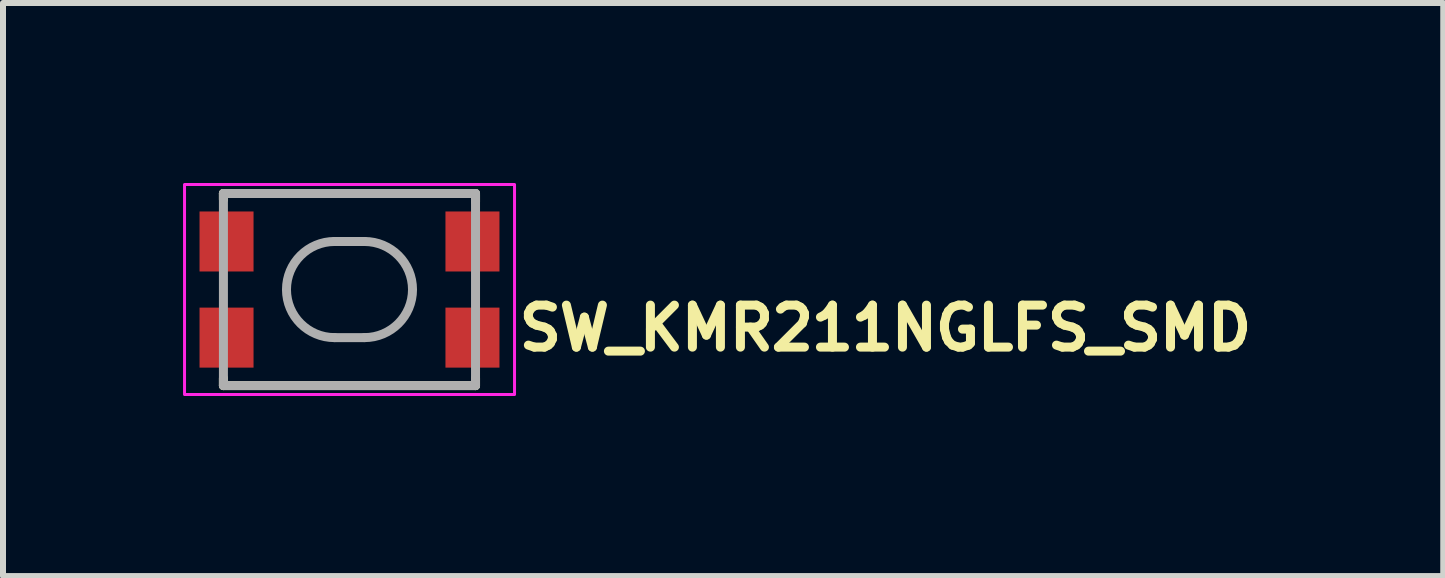
<source format=kicad_pcb>
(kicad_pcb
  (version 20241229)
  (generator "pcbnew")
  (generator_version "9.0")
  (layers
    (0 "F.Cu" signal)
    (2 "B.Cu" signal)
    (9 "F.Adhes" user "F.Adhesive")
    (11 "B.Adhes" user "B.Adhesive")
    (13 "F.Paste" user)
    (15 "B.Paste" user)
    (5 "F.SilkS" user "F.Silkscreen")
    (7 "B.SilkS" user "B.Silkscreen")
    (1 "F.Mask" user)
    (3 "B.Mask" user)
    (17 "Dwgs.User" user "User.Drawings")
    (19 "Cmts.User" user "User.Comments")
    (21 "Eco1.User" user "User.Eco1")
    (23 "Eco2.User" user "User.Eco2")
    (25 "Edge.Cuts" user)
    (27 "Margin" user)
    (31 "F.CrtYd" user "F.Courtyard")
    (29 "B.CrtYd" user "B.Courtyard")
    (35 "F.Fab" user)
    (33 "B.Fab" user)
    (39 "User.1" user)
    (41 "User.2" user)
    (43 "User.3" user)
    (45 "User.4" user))
  (footprint "SW_KMR211NGLFS_SMD"
    (layer "F.Cu")
    (at 2.773 1.774)
    (property "Reference" "SW_KMR211NGLFS_SMD" (at 2.75 1.054 0) (layer "F.SilkS") (effects (font (size 0.7 0.7) (thickness 0.15)) (justify left bottom)))
    (attr smd)
    (fp_line (start -2.1 -1.6) (end -2.1 -1.499) (stroke (width 0.15) (type solid)) (layer "F.SilkS"))
    (fp_line (start -2.1 1.601) (end -2.1 1.48) (stroke (width 0.15) (type solid)) (layer "F.SilkS"))
    (fp_line (start 2.101 -1.6) (end -2.1 -1.6) (stroke (width 0.15) (type solid)) (layer "F.SilkS"))
    (fp_line (start 2.101 -1.58) (end 2.101 -1.459) (stroke (width 0.15) (type solid)) (layer "F.SilkS"))
    (fp_line (start 2.101 1.601) (end -2.1 1.601) (stroke (width 0.15) (type solid)) (layer "F.SilkS"))
    (fp_line (start 2.101 1.601) (end 2.101 1.48) (stroke (width 0.15) (type solid)) (layer "F.SilkS"))
    (fp_rect (start 2.751 1.75) (end -2.748 -1.749) (stroke (width 0.05) (type solid)) (fill no) (layer "F.CrtYd"))
    (fp_line (start -2.1 -1.6) (end -2.1 1.601) (stroke (width 0.15) (type solid)) (layer "F.Fab"))
    (fp_line (start -2.1 1.601) (end 2.101 1.601) (stroke (width 0.15) (type solid)) (layer "F.Fab"))
    (fp_line (start -0.248 -0.8) (end 0.25 -0.8) (stroke (width 0.15) (type solid)) (layer "F.Fab"))
    (fp_line (start 0.25 0.802) (end -0.248 0.802) (stroke (width 0.15) (type solid)) (layer "F.Fab"))
    (fp_line (start 2.101 -1.6) (end -2.1 -1.6) (stroke (width 0.15) (type solid)) (layer "F.Fab"))
    (fp_line (start 2.101 1.601) (end 2.101 -1.6) (stroke (width 0.15) (type solid)) (layer "F.Fab"))
    (fp_arc (start -0.248 0.802) (mid -1.050001 0.001) (end -0.248 -0.8) (stroke (width 0.15) (type solid)) (layer "F.Fab"))
    (fp_arc (start 0.25 -0.8) (mid 1.051001 0.001) (end 0.25 0.802) (stroke (width 0.15) (type solid)) (layer "F.Fab"))
    (fp_rect (start 2.301 1.5) (end -2.298 -1.499) (stroke (width 0.1) (type solid)) (fill no) (layer "User.5"))
    (fp_line (start -2.298 -1.1) (end -2.14 -1.1) (stroke (width 0.02) (type solid)) (layer "User.9"))
    (fp_line (start -2.298 -0.498) (end -2.298 -1.1) (stroke (width 0.02) (type solid)) (layer "User.9"))
    (fp_line (start -2.298 0.5) (end -2.14 0.5) (stroke (width 0.02) (type solid)) (layer "User.9"))
    (fp_line (start -2.298 1.101) (end -2.298 0.5) (stroke (width 0.02) (type solid)) (layer "User.9"))
    (fp_line (start -2.14 -1.499) (end -2.088 -1.499) (stroke (width 0.02) (type solid)) (layer "User.9"))
    (fp_line (start -2.14 -0.498) (end -2.298 -0.498) (stroke (width 0.02) (type solid)) (layer "User.9"))
    (fp_line (start -2.14 1.101) (end -2.298 1.101) (stroke (width 0.02) (type solid)) (layer "User.9"))
    (fp_line (start -2.14 1.391) (end -2.14 -1.499) (stroke (width 0.02) (type solid)) (layer "User.9"))
    (fp_line (start -2.14 1.391) (end -2.088 1.391) (stroke (width 0.02) (type solid)) (layer "User.9"))
    (fp_line (start -2.1 -0.426) (end -2.1 0.428) (stroke (width 0.02) (type solid)) (layer "User.9"))
    (fp_line (start -2.1 0.428) (end -1.888 0.428) (stroke (width 0.02) (type solid)) (layer "User.9"))
    (fp_line (start -2.088 -1.499) (end -2.088 -0.45) (stroke (width 0.02) (type solid)) (layer "User.9"))
    (fp_line (start -2.088 0.452) (end -2.088 1.391) (stroke (width 0.02) (type solid)) (layer "User.9"))
    (fp_line (start -2.088 0.452) (end -1.888 0.452) (stroke (width 0.02) (type solid)) (layer "User.9"))
    (fp_line (start -2.088 1.391) (end -1.888 1.391) (stroke (width 0.02) (type solid)) (layer "User.9"))
    (fp_line (start -2.084 -0.426) (end -2.084 -0.45) (stroke (width 0.02) (type solid)) (layer "User.9"))
    (fp_line (start -2.084 0.452) (end -2.084 0.428) (stroke (width 0.02) (type solid)) (layer "User.9"))
    (fp_line (start -1.989 -0.426) (end -2.1 -0.426) (stroke (width 0.02) (type solid)) (layer "User.9"))
    (fp_line (start -1.989 -0.426) (end -1.989 -0.45) (stroke (width 0.02) (type solid)) (layer "User.9"))
    (fp_line (start -1.989 0.452) (end -1.989 0.428) (stroke (width 0.02) (type solid)) (layer "User.9"))
    (fp_line (start -1.989 1.5) (end -1.989 1.391) (stroke (width 0.02) (type solid)) (layer "User.9"))
    (fp_line (start -1.888 -1.499) (end -2.088 -1.499) (stroke (width 0.02) (type solid)) (layer "User.9"))
    (fp_line (start -1.888 -1.499) (end 1.891 -1.499) (stroke (width 0.02) (type solid)) (layer "User.9"))
    (fp_line (start -1.888 -0.45) (end -2.088 -0.45) (stroke (width 0.02) (type solid)) (layer "User.9"))
    (fp_line (start -1.888 0.452) (end -1.84 0.452) (stroke (width 0.02) (type solid)) (layer "User.9"))
    (fp_line (start -1.888 1.391) (end -0.689 1.391) (stroke (width 0.02) (type solid)) (layer "User.9"))
    (fp_line (start -1.888 1.5) (end -1.989 1.5) (stroke (width 0.02) (type solid)) (layer "User.9"))
    (fp_line (start -1.84 -0.45) (end -1.888 -0.45) (stroke (width 0.02) (type solid)) (layer "User.9"))
    (fp_line (start -1.84 -0.45) (end -1.838 -0.449) (stroke (width 0.02) (type solid)) (layer "User.9"))
    (fp_line (start -1.838 -0.449) (end -1.836 -0.449) (stroke (width 0.02) (type solid)) (layer "User.9"))
    (fp_line (start -1.838 0.451) (end -1.84 0.452) (stroke (width 0.02) (type solid)) (layer "User.9"))
    (fp_line (start -1.836 -0.449) (end -1.836 -0.449) (stroke (width 0.02) (type solid)) (layer "User.9"))
    (fp_line (start -1.836 -0.449) (end -1.834 -0.449) (stroke (width 0.02) (type solid)) (layer "User.9"))
    (fp_line (start -1.836 0.451) (end -1.838 0.451) (stroke (width 0.02) (type solid)) (layer "User.9"))
    (fp_line (start -1.836 0.451) (end -1.836 0.451) (stroke (width 0.02) (type solid)) (layer "User.9"))
    (fp_line (start -1.834 -0.449) (end -1.832 -0.449) (stroke (width 0.02) (type solid)) (layer "User.9"))
    (fp_line (start -1.834 0.451) (end -1.836 0.451) (stroke (width 0.02) (type solid)) (layer "User.9"))
    (fp_line (start -1.832 -0.449) (end -1.832 -0.448) (stroke (width 0.02) (type solid)) (layer "User.9"))
    (fp_line (start -1.832 -0.448) (end -1.83 -0.448) (stroke (width 0.02) (type solid)) (layer "User.9"))
    (fp_line (start -1.832 0.45) (end -1.832 0.451) (stroke (width 0.02) (type solid)) (layer "User.9"))
    (fp_line (start -1.832 0.451) (end -1.834 0.451) (stroke (width 0.02) (type solid)) (layer "User.9"))
    (fp_line (start -1.83 -0.448) (end -1.83 -0.448) (stroke (width 0.02) (type solid)) (layer "User.9"))
    (fp_line (start -1.83 -0.448) (end -1.828 -0.446) (stroke (width 0.02) (type solid)) (layer "User.9"))
    (fp_line (start -1.83 0.45) (end -1.832 0.45) (stroke (width 0.02) (type solid)) (layer "User.9"))
    (fp_line (start -1.83 0.45) (end -1.83 0.45) (stroke (width 0.02) (type solid)) (layer "User.9"))
    (fp_line (start -1.828 -0.446) (end -1.828 -0.445) (stroke (width 0.02) (type solid)) (layer "User.9"))
    (fp_line (start -1.828 -0.445) (end -1.826 -0.445) (stroke (width 0.02) (type solid)) (layer "User.9"))
    (fp_line (start -1.828 0.447) (end -1.828 0.448) (stroke (width 0.02) (type solid)) (layer "User.9"))
    (fp_line (start -1.828 0.448) (end -1.83 0.45) (stroke (width 0.02) (type solid)) (layer "User.9"))
    (fp_line (start -1.826 -0.445) (end -1.826 -0.444) (stroke (width 0.02) (type solid)) (layer "User.9"))
    (fp_line (start -1.826 -0.444) (end -1.824 -0.444) (stroke (width 0.02) (type solid)) (layer "User.9"))
    (fp_line (start -1.826 0.446) (end -1.826 0.447) (stroke (width 0.02) (type solid)) (layer "User.9"))
    (fp_line (start -1.826 0.447) (end -1.828 0.447) (stroke (width 0.02) (type solid)) (layer "User.9"))
    (fp_line (start -1.824 -0.444) (end -1.824 -0.443) (stroke (width 0.02) (type solid)) (layer "User.9"))
    (fp_line (start -1.824 -0.443) (end -1.822 -0.442) (stroke (width 0.02) (type solid)) (layer "User.9"))
    (fp_line (start -1.824 0.445) (end -1.824 0.446) (stroke (width 0.02) (type solid)) (layer "User.9"))
    (fp_line (start -1.824 0.446) (end -1.826 0.446) (stroke (width 0.02) (type solid)) (layer "User.9"))
    (fp_line (start -1.822 -0.442) (end -1.822 -0.441) (stroke (width 0.02) (type solid)) (layer "User.9"))
    (fp_line (start -1.822 -0.441) (end -1.82 -0.44) (stroke (width 0.02) (type solid)) (layer "User.9"))
    (fp_line (start -1.822 0.443) (end -1.822 0.444) (stroke (width 0.02) (type solid)) (layer "User.9"))
    (fp_line (start -1.822 0.444) (end -1.824 0.445) (stroke (width 0.02) (type solid)) (layer "User.9"))
    (fp_line (start -1.82 -0.44) (end -1.82 -0.439) (stroke (width 0.02) (type solid)) (layer "User.9"))
    (fp_line (start -1.82 -0.439) (end -1.818 -0.438) (stroke (width 0.02) (type solid)) (layer "User.9"))
    (fp_line (start -1.82 0.441) (end -1.82 0.442) (stroke (width 0.02) (type solid)) (layer "User.9"))
    (fp_line (start -1.82 0.442) (end -1.822 0.443) (stroke (width 0.02) (type solid)) (layer "User.9"))
    (fp_line (start -1.818 -0.438) (end -1.818 -0.437) (stroke (width 0.02) (type solid)) (layer "User.9"))
    (fp_line (start -1.818 -0.437) (end -1.818 -0.436) (stroke (width 0.02) (type solid)) (layer "User.9"))
    (fp_line (start -1.818 -0.436) (end -1.818 -0.435) (stroke (width 0.02) (type solid)) (layer "User.9"))
    (fp_line (start -1.818 -0.435) (end -1.816 -0.434) (stroke (width 0.02) (type solid)) (layer "User.9"))
    (fp_line (start -1.818 0.437) (end -1.818 0.438) (stroke (width 0.02) (type solid)) (layer "User.9"))
    (fp_line (start -1.818 0.438) (end -1.818 0.439) (stroke (width 0.02) (type solid)) (layer "User.9"))
    (fp_line (start -1.818 0.439) (end -1.818 0.44) (stroke (width 0.02) (type solid)) (layer "User.9"))
    (fp_line (start -1.818 0.44) (end -1.82 0.441) (stroke (width 0.02) (type solid)) (layer "User.9"))
    (fp_line (start -1.816 -0.434) (end -1.816 -0.433) (stroke (width 0.02) (type solid)) (layer "User.9"))
    (fp_line (start -1.816 -0.433) (end -1.816 -0.432) (stroke (width 0.02) (type solid)) (layer "User.9"))
    (fp_line (start -1.816 -0.432) (end -1.816 -0.431) (stroke (width 0.02) (type solid)) (layer "User.9"))
    (fp_line (start -1.816 -0.431) (end -1.814 -0.43) (stroke (width 0.02) (type solid)) (layer "User.9"))
    (fp_line (start -1.816 0.433) (end -1.816 0.434) (stroke (width 0.02) (type solid)) (layer "User.9"))
    (fp_line (start -1.816 0.434) (end -1.816 0.435) (stroke (width 0.02) (type solid)) (layer "User.9"))
    (fp_line (start -1.816 0.435) (end -1.816 0.436) (stroke (width 0.02) (type solid)) (layer "User.9"))
    (fp_line (start -1.816 0.436) (end -1.818 0.437) (stroke (width 0.02) (type solid)) (layer "User.9"))
    (fp_line (start -1.814 -0.43) (end -1.814 -0.429) (stroke (width 0.02) (type solid)) (layer "User.9"))
    (fp_line (start -1.814 -0.429) (end -1.814 -0.427) (stroke (width 0.02) (type solid)) (layer "User.9"))
    (fp_line (start -1.814 -0.427) (end -1.814 -0.426) (stroke (width 0.02) (type solid)) (layer "User.9"))
    (fp_line (start -1.814 -0.426) (end -1.814 -0.425) (stroke (width 0.02) (type solid)) (layer "User.9"))
    (fp_line (start -1.814 -0.425) (end -1.814 -0.423) (stroke (width 0.02) (type solid)) (layer "User.9"))
    (fp_line (start -1.814 -0.423) (end -1.814 0.425) (stroke (width 0.02) (type solid)) (layer "User.9"))
    (fp_line (start -1.814 0.425) (end -1.814 0.427) (stroke (width 0.02) (type solid)) (layer "User.9"))
    (fp_line (start -1.814 0.427) (end -1.814 0.428) (stroke (width 0.02) (type solid)) (layer "User.9"))
    (fp_line (start -1.814 0.428) (end -1.814 0.429) (stroke (width 0.02) (type solid)) (layer "User.9"))
    (fp_line (start -1.814 0.429) (end -1.814 0.431) (stroke (width 0.02) (type solid)) (layer "User.9"))
    (fp_line (start -1.814 0.431) (end -1.814 0.432) (stroke (width 0.02) (type solid)) (layer "User.9"))
    (fp_line (start -1.814 0.432) (end -1.816 0.433) (stroke (width 0.02) (type solid)) (layer "User.9"))
    (fp_line (start -1.328 -1.499) (end -1.888 -1.499) (stroke (width 0.02) (type solid)) (layer "User.9"))
    (fp_line (start -1.328 -1.499) (end -1.322 -1.499) (stroke (width 0.02) (type solid)) (layer "User.9"))
    (fp_line (start -1.322 -1.499) (end -1.314 -1.499) (stroke (width 0.02) (type solid)) (layer "User.9"))
    (fp_line (start -1.314 -1.499) (end -1.308 -1.497) (stroke (width 0.02) (type solid)) (layer "User.9"))
    (fp_line (start -1.308 -1.497) (end -1.302 -1.495) (stroke (width 0.02) (type solid)) (layer "User.9"))
    (fp_line (start -1.302 -1.495) (end -1.296 -1.493) (stroke (width 0.02) (type solid)) (layer "User.9"))
    (fp_line (start -1.296 -1.493) (end -1.29 -1.491) (stroke (width 0.02) (type solid)) (layer "User.9"))
    (fp_line (start -1.29 -1.491) (end -1.284 -1.489) (stroke (width 0.02) (type solid)) (layer "User.9"))
    (fp_line (start -1.284 -1.489) (end -1.277 -1.485) (stroke (width 0.02) (type solid)) (layer "User.9"))
    (fp_line (start -1.277 -1.485) (end -1.273 -1.483) (stroke (width 0.02) (type solid)) (layer "User.9"))
    (fp_line (start -1.273 -1.483) (end -1.267 -1.479) (stroke (width 0.02) (type solid)) (layer "User.9"))
    (fp_line (start -1.267 -1.479) (end -1.263 -1.475) (stroke (width 0.02) (type solid)) (layer "User.9"))
    (fp_line (start -1.263 -1.475) (end -1.257 -1.469) (stroke (width 0.02) (type solid)) (layer "User.9"))
    (fp_line (start -1.257 -1.469) (end -1.253 -1.465) (stroke (width 0.02) (type solid)) (layer "User.9"))
    (fp_line (start -1.253 -1.465) (end -1.249 -1.461) (stroke (width 0.02) (type solid)) (layer "User.9"))
    (fp_line (start -1.249 -1.461) (end -1.245 -1.455) (stroke (width 0.02) (type solid)) (layer "User.9"))
    (fp_line (start -1.245 -1.455) (end -1.241 -1.449) (stroke (width 0.02) (type solid)) (layer "User.9"))
    (fp_line (start -1.199 -1.376) (end -1.241 -1.449) (stroke (width 0.02) (type solid)) (layer "User.9"))
    (fp_line (start -1.195 -1.37) (end -1.199 -1.376) (stroke (width 0.02) (type solid)) (layer "User.9"))
    (fp_line (start -1.191 -1.364) (end -1.195 -1.37) (stroke (width 0.02) (type solid)) (layer "User.9"))
    (fp_line (start -1.187 -1.36) (end -1.191 -1.364) (stroke (width 0.02) (type solid)) (layer "User.9"))
    (fp_line (start -1.183 -1.354) (end -1.187 -1.36) (stroke (width 0.02) (type solid)) (layer "User.9"))
    (fp_line (start -1.179 -1.35) (end -1.183 -1.354) (stroke (width 0.02) (type solid)) (layer "User.9"))
    (fp_line (start -1.173 -1.346) (end -1.179 -1.35) (stroke (width 0.02) (type solid)) (layer "User.9"))
    (fp_line (start -1.167 -1.342) (end -1.173 -1.346) (stroke (width 0.02) (type solid)) (layer "User.9"))
    (fp_line (start -1.163 -1.34) (end -1.167 -1.342) (stroke (width 0.02) (type solid)) (layer "User.9"))
    (fp_line (start -1.159 -0.538) (end -1.157 -0.552) (stroke (width 0.02) (type solid)) (layer "User.9"))
    (fp_line (start -1.159 -0.523) (end -1.159 -0.538) (stroke (width 0.02) (type solid)) (layer "User.9"))
    (fp_line (start -1.159 0.525) (end -1.159 -0.523) (stroke (width 0.02) (type solid)) (layer "User.9"))
    (fp_line (start -1.159 0.54) (end -1.159 0.525) (stroke (width 0.02) (type solid)) (layer "User.9"))
    (fp_line (start -1.157 -1.336) (end -1.163 -1.34) (stroke (width 0.02) (type solid)) (layer "User.9"))
    (fp_line (start -1.157 -0.552) (end -1.155 -0.566) (stroke (width 0.02) (type solid)) (layer "User.9"))
    (fp_line (start -1.157 0.554) (end -1.159 0.54) (stroke (width 0.02) (type solid)) (layer "User.9"))
    (fp_line (start -1.155 -0.566) (end -1.153 -0.579) (stroke (width 0.02) (type solid)) (layer "User.9"))
    (fp_line (start -1.155 0.568) (end -1.157 0.554) (stroke (width 0.02) (type solid)) (layer "User.9"))
    (fp_line (start -1.153 -0.579) (end -1.15 -0.593) (stroke (width 0.02) (type solid)) (layer "User.9"))
    (fp_line (start -1.153 0.581) (end -1.155 0.568) (stroke (width 0.02) (type solid)) (layer "User.9"))
    (fp_line (start -1.15 -1.334) (end -1.157 -1.336) (stroke (width 0.02) (type solid)) (layer "User.9"))
    (fp_line (start -1.15 -0.593) (end -1.148 -0.606) (stroke (width 0.02) (type solid)) (layer "User.9"))
    (fp_line (start -1.15 0.595) (end -1.153 0.581) (stroke (width 0.02) (type solid)) (layer "User.9"))
    (fp_line (start -1.148 -0.606) (end -1.142 -0.62) (stroke (width 0.02) (type solid)) (layer "User.9"))
    (fp_line (start -1.148 0.608) (end -1.15 0.595) (stroke (width 0.02) (type solid)) (layer "User.9"))
    (fp_line (start -1.144 -1.332) (end -1.15 -1.334) (stroke (width 0.02) (type solid)) (layer "User.9"))
    (fp_line (start -1.142 -0.62) (end -1.138 -0.633) (stroke (width 0.02) (type solid)) (layer "User.9"))
    (fp_line (start -1.142 0.622) (end -1.148 0.608) (stroke (width 0.02) (type solid)) (layer "User.9"))
    (fp_line (start -1.138 -1.33) (end -1.144 -1.332) (stroke (width 0.02) (type solid)) (layer "User.9"))
    (fp_line (start -1.138 -0.633) (end -1.132 -0.646) (stroke (width 0.02) (type solid)) (layer "User.9"))
    (fp_line (start -1.138 0.635) (end -1.142 0.622) (stroke (width 0.02) (type solid)) (layer "User.9"))
    (fp_line (start -1.132 -1.328) (end -1.138 -1.33) (stroke (width 0.02) (type solid)) (layer "User.9"))
    (fp_line (start -1.132 -0.646) (end -1.126 -0.659) (stroke (width 0.02) (type solid)) (layer "User.9"))
    (fp_line (start -1.132 0.648) (end -1.138 0.635) (stroke (width 0.02) (type solid)) (layer "User.9"))
    (fp_line (start -1.126 -1.326) (end -1.132 -1.328) (stroke (width 0.02) (type solid)) (layer "User.9"))
    (fp_line (start -1.126 -0.659) (end -1.12 -0.671) (stroke (width 0.02) (type solid)) (layer "User.9"))
    (fp_line (start -1.126 0.661) (end -1.132 0.648) (stroke (width 0.02) (type solid)) (layer "User.9"))
    (fp_line (start -1.12 -1.326) (end -1.126 -1.326) (stroke (width 0.02) (type solid)) (layer "User.9"))
    (fp_line (start -1.12 -0.671) (end -1.114 -0.683) (stroke (width 0.02) (type solid)) (layer "User.9"))
    (fp_line (start -1.12 0.673) (end -1.126 0.661) (stroke (width 0.02) (type solid)) (layer "User.9"))
    (fp_line (start -1.114 -0.683) (end -1.106 -0.694) (stroke (width 0.02) (type solid)) (layer "User.9"))
    (fp_line (start -1.114 0.685) (end -1.12 0.673) (stroke (width 0.02) (type solid)) (layer "User.9"))
    (fp_line (start -1.112 -1.326) (end -1.12 -1.326) (stroke (width 0.02) (type solid)) (layer "User.9"))
    (fp_line (start -1.108 -0.539) (end -1.106 -0.55) (stroke (width 0.02) (type solid)) (layer "User.9"))
    (fp_line (start -1.108 -0.527) (end -1.108 -0.539) (stroke (width 0.02) (type solid)) (layer "User.9"))
    (fp_line (start -1.108 -0.515) (end -1.108 -0.527) (stroke (width 0.02) (type solid)) (layer "User.9"))
    (fp_line (start -1.108 0.534) (end -1.108 -0.515) (stroke (width 0.02) (type solid)) (layer "User.9"))
    (fp_line (start -1.108 0.546) (end -1.108 0.534) (stroke (width 0.02) (type solid)) (layer "User.9"))
    (fp_line (start -1.108 0.558) (end -1.108 0.546) (stroke (width 0.02) (type solid)) (layer "User.9"))
    (fp_line (start -1.106 -0.694) (end -1.098 -0.704) (stroke (width 0.02) (type solid)) (layer "User.9"))
    (fp_line (start -1.106 -0.55) (end -1.104 -0.562) (stroke (width 0.02) (type solid)) (layer "User.9"))
    (fp_line (start -1.106 0.57) (end -1.108 0.558) (stroke (width 0.02) (type solid)) (layer "User.9"))
    (fp_line (start -1.106 0.696) (end -1.114 0.685) (stroke (width 0.02) (type solid)) (layer "User.9"))
    (fp_line (start -1.104 -0.562) (end -1.102 -0.573) (stroke (width 0.02) (type solid)) (layer "User.9"))
    (fp_line (start -1.104 0.58) (end -1.106 0.57) (stroke (width 0.02) (type solid)) (layer "User.9"))
    (fp_line (start -1.102 -0.573) (end -1.098 -0.584) (stroke (width 0.02) (type solid)) (layer "User.9"))
    (fp_line (start -1.102 0.592) (end -1.104 0.58) (stroke (width 0.02) (type solid)) (layer "User.9"))
    (fp_line (start -1.098 -0.704) (end -1.09 -0.715) (stroke (width 0.02) (type solid)) (layer "User.9"))
    (fp_line (start -1.098 -0.584) (end -1.094 -0.595) (stroke (width 0.02) (type solid)) (layer "User.9"))
    (fp_line (start -1.098 0.603) (end -1.102 0.592) (stroke (width 0.02) (type solid)) (layer "User.9"))
    (fp_line (start -1.098 0.706) (end -1.106 0.696) (stroke (width 0.02) (type solid)) (layer "User.9"))
    (fp_line (start -1.094 -0.595) (end -1.09 -0.606) (stroke (width 0.02) (type solid)) (layer "User.9"))
    (fp_line (start -1.094 0.614) (end -1.098 0.603) (stroke (width 0.02) (type solid)) (layer "User.9"))
    (fp_line (start -1.09 -0.715) (end -1.08 -0.725) (stroke (width 0.02) (type solid)) (layer "User.9"))
    (fp_line (start -1.09 -0.606) (end -1.086 -0.616) (stroke (width 0.02) (type solid)) (layer "User.9"))
    (fp_line (start -1.09 0.625) (end -1.094 0.614) (stroke (width 0.02) (type solid)) (layer "User.9"))
    (fp_line (start -1.09 0.717) (end -1.098 0.706) (stroke (width 0.02) (type solid)) (layer "User.9"))
    (fp_line (start -1.086 -0.616) (end -1.082 -0.627) (stroke (width 0.02) (type solid)) (layer "User.9"))
    (fp_line (start -1.086 0.636) (end -1.09 0.625) (stroke (width 0.02) (type solid)) (layer "User.9"))
    (fp_line (start -1.082 -0.627) (end -1.076 -0.637) (stroke (width 0.02) (type solid)) (layer "User.9"))
    (fp_line (start -1.082 0.647) (end -1.086 0.636) (stroke (width 0.02) (type solid)) (layer "User.9"))
    (fp_line (start -1.08 -0.725) (end -1.07 -0.735) (stroke (width 0.02) (type solid)) (layer "User.9"))
    (fp_line (start -1.08 0.727) (end -1.09 0.717) (stroke (width 0.02) (type solid)) (layer "User.9"))
    (fp_line (start -1.076 -0.637) (end -1.07 -0.647) (stroke (width 0.02) (type solid)) (layer "User.9"))
    (fp_line (start -1.076 0.657) (end -1.082 0.647) (stroke (width 0.02) (type solid)) (layer "User.9"))
    (fp_line (start -1.07 -0.735) (end -1.06 -0.744) (stroke (width 0.02) (type solid)) (layer "User.9"))
    (fp_line (start -1.07 -0.647) (end -1.064 -0.657) (stroke (width 0.02) (type solid)) (layer "User.9"))
    (fp_line (start -1.07 0.667) (end -1.076 0.657) (stroke (width 0.02) (type solid)) (layer "User.9"))
    (fp_line (start -1.07 0.737) (end -1.08 0.727) (stroke (width 0.02) (type solid)) (layer "User.9"))
    (fp_line (start -1.064 -0.657) (end -1.058 -0.666) (stroke (width 0.02) (type solid)) (layer "User.9"))
    (fp_line (start -1.064 0.676) (end -1.07 0.667) (stroke (width 0.02) (type solid)) (layer "User.9"))
    (fp_line (start -1.06 -0.744) (end -1.05 -0.753) (stroke (width 0.02) (type solid)) (layer "User.9"))
    (fp_line (start -1.06 0.746) (end -1.07 0.737) (stroke (width 0.02) (type solid)) (layer "User.9"))
    (fp_line (start -1.058 -0.666) (end -1.05 -0.675) (stroke (width 0.02) (type solid)) (layer "User.9"))
    (fp_line (start -1.058 0.686) (end -1.064 0.676) (stroke (width 0.02) (type solid)) (layer "User.9"))
    (fp_line (start -1.05 -0.753) (end -1.04 -0.762) (stroke (width 0.02) (type solid)) (layer "User.9"))
    (fp_line (start -1.05 -0.675) (end -1.042 -0.683) (stroke (width 0.02) (type solid)) (layer "User.9"))
    (fp_line (start -1.05 0.694) (end -1.058 0.686) (stroke (width 0.02) (type solid)) (layer "User.9"))
    (fp_line (start -1.05 0.755) (end -1.06 0.746) (stroke (width 0.02) (type solid)) (layer "User.9"))
    (fp_line (start -1.042 -0.683) (end -1.034 -0.692) (stroke (width 0.02) (type solid)) (layer "User.9"))
    (fp_line (start -1.042 0.703) (end -1.05 0.694) (stroke (width 0.02) (type solid)) (layer "User.9"))
    (fp_line (start -1.04 -0.762) (end -1.028 -0.771) (stroke (width 0.02) (type solid)) (layer "User.9"))
    (fp_line (start -1.04 0.764) (end -1.05 0.755) (stroke (width 0.02) (type solid)) (layer "User.9"))
    (fp_line (start -1.034 -0.692) (end -1.026 -0.7) (stroke (width 0.02) (type solid)) (layer "User.9"))
    (fp_line (start -1.034 0.71) (end -1.042 0.703) (stroke (width 0.02) (type solid)) (layer "User.9"))
    (fp_line (start -1.028 -0.771) (end -1.017 -0.778) (stroke (width 0.02) (type solid)) (layer "User.9"))
    (fp_line (start -1.028 0.773) (end -1.04 0.764) (stroke (width 0.02) (type solid)) (layer "User.9"))
    (fp_line (start -1.026 -0.7) (end -1.017 -0.706) (stroke (width 0.02) (type solid)) (layer "User.9"))
    (fp_line (start -1.026 0.718) (end -1.034 0.71) (stroke (width 0.02) (type solid)) (layer "User.9"))
    (fp_line (start -1.017 -0.778) (end -1.005 -0.785) (stroke (width 0.02) (type solid)) (layer "User.9"))
    (fp_line (start -1.017 -0.706) (end -1.009 -0.713) (stroke (width 0.02) (type solid)) (layer "User.9"))
    (fp_line (start -1.017 0.725) (end -1.026 0.718) (stroke (width 0.02) (type solid)) (layer "User.9"))
    (fp_line (start -1.017 0.78) (end -1.028 0.773) (stroke (width 0.02) (type solid)) (layer "User.9"))
    (fp_line (start -1.009 -0.713) (end -0.999 -0.72) (stroke (width 0.02) (type solid)) (layer "User.9"))
    (fp_line (start -1.009 0.732) (end -1.017 0.725) (stroke (width 0.02) (type solid)) (layer "User.9"))
    (fp_line (start -1.005 -0.785) (end -0.993 -0.792) (stroke (width 0.02) (type solid)) (layer "User.9"))
    (fp_line (start -1.005 0.787) (end -1.017 0.78) (stroke (width 0.02) (type solid)) (layer "User.9"))
    (fp_line (start -0.999 -0.72) (end -0.99 -0.726) (stroke (width 0.02) (type solid)) (layer "User.9"))
    (fp_line (start -0.999 0.739) (end -1.009 0.732) (stroke (width 0.02) (type solid)) (layer "User.9"))
    (fp_line (start -0.993 -0.792) (end -0.98 -0.798) (stroke (width 0.02) (type solid)) (layer "User.9"))
    (fp_line (start -0.993 0.794) (end -1.005 0.787) (stroke (width 0.02) (type solid)) (layer "User.9"))
    (fp_line (start -0.99 -0.726) (end -0.98 -0.732) (stroke (width 0.02) (type solid)) (layer "User.9"))
    (fp_line (start -0.99 0.745) (end -0.999 0.739) (stroke (width 0.02) (type solid)) (layer "User.9"))
    (fp_line (start -0.98 -0.798) (end -0.967 -0.803) (stroke (width 0.02) (type solid)) (layer "User.9"))
    (fp_line (start -0.98 -0.732) (end -0.97 -0.737) (stroke (width 0.02) (type solid)) (layer "User.9"))
    (fp_line (start -0.98 0.751) (end -0.99 0.745) (stroke (width 0.02) (type solid)) (layer "User.9"))
    (fp_line (start -0.98 0.8) (end -0.993 0.794) (stroke (width 0.02) (type solid)) (layer "User.9"))
    (fp_line (start -0.97 -0.737) (end -0.959 -0.742) (stroke (width 0.02) (type solid)) (layer "User.9"))
    (fp_line (start -0.97 0.757) (end -0.98 0.751) (stroke (width 0.02) (type solid)) (layer "User.9"))
    (fp_line (start -0.967 -0.803) (end -0.955 -0.808) (stroke (width 0.02) (type solid)) (layer "User.9"))
    (fp_line (start -0.967 0.805) (end -0.98 0.8) (stroke (width 0.02) (type solid)) (layer "User.9"))
    (fp_line (start -0.959 -0.742) (end -0.95 -0.747) (stroke (width 0.02) (type solid)) (layer "User.9"))
    (fp_line (start -0.959 0.762) (end -0.97 0.757) (stroke (width 0.02) (type solid)) (layer "User.9"))
    (fp_line (start -0.955 -0.808) (end -0.942 -0.812) (stroke (width 0.02) (type solid)) (layer "User.9"))
    (fp_line (start -0.955 0.81) (end -0.967 0.805) (stroke (width 0.02) (type solid)) (layer "User.9"))
    (fp_line (start -0.95 -0.747) (end -0.939 -0.751) (stroke (width 0.02) (type solid)) (layer "User.9"))
    (fp_line (start -0.95 0.766) (end -0.959 0.762) (stroke (width 0.02) (type solid)) (layer "User.9"))
    (fp_line (start -0.942 -0.812) (end -0.928 -0.815) (stroke (width 0.02) (type solid)) (layer "User.9"))
    (fp_line (start -0.942 0.814) (end -0.955 0.81) (stroke (width 0.02) (type solid)) (layer "User.9"))
    (fp_line (start -0.939 -0.751) (end -0.927 -0.754) (stroke (width 0.02) (type solid)) (layer "User.9"))
    (fp_line (start -0.939 0.771) (end -0.95 0.766) (stroke (width 0.02) (type solid)) (layer "User.9"))
    (fp_line (start -0.928 -0.815) (end -0.914 -0.818) (stroke (width 0.02) (type solid)) (layer "User.9"))
    (fp_line (start -0.928 0.817) (end -0.942 0.814) (stroke (width 0.02) (type solid)) (layer "User.9"))
    (fp_line (start -0.927 -0.754) (end -0.916 -0.757) (stroke (width 0.02) (type solid)) (layer "User.9"))
    (fp_line (start -0.927 0.774) (end -0.939 0.771) (stroke (width 0.02) (type solid)) (layer "User.9"))
    (fp_line (start -0.916 -0.757) (end -0.904 -0.759) (stroke (width 0.02) (type solid)) (layer "User.9"))
    (fp_line (start -0.916 0.777) (end -0.927 0.774) (stroke (width 0.02) (type solid)) (layer "User.9"))
    (fp_line (start -0.914 -0.818) (end -0.9 -0.821) (stroke (width 0.02) (type solid)) (layer "User.9"))
    (fp_line (start -0.914 0.82) (end -0.928 0.817) (stroke (width 0.02) (type solid)) (layer "User.9"))
    (fp_line (start -0.904 -0.759) (end -0.892 -0.761) (stroke (width 0.02) (type solid)) (layer "User.9"))
    (fp_line (start -0.904 0.78) (end -0.916 0.777) (stroke (width 0.02) (type solid)) (layer "User.9"))
    (fp_line (start -0.9 -0.821) (end -0.885 -0.822) (stroke (width 0.02) (type solid)) (layer "User.9"))
    (fp_line (start -0.9 0.823) (end -0.914 0.82) (stroke (width 0.02) (type solid)) (layer "User.9"))
    (fp_line (start -0.892 -0.761) (end -0.88 -0.763) (stroke (width 0.02) (type solid)) (layer "User.9"))
    (fp_line (start -0.892 0.782) (end -0.904 0.78) (stroke (width 0.02) (type solid)) (layer "User.9"))
    (fp_line (start -0.885 -0.822) (end -0.026 -0.897) (stroke (width 0.02) (type solid)) (layer "User.9"))
    (fp_line (start -0.885 0.824) (end -0.9 0.823) (stroke (width 0.02) (type solid)) (layer "User.9"))
    (fp_line (start -0.88 -0.763) (end -0.021 -0.838) (stroke (width 0.02) (type solid)) (layer "User.9"))
    (fp_line (start -0.88 0.783) (end -0.892 0.782) (stroke (width 0.02) (type solid)) (layer "User.9"))
    (fp_line (start -0.699 1.5) (end -1.888 1.5) (stroke (width 0.02) (type solid)) (layer "User.9"))
    (fp_line (start -0.699 1.5) (end -0.699 1.391) (stroke (width 0.02) (type solid)) (layer "User.9"))
    (fp_line (start -0.689 1.303) (end -0.689 1.307) (stroke (width 0.02) (type solid)) (layer "User.9"))
    (fp_line (start -0.689 1.307) (end -0.689 1.311) (stroke (width 0.02) (type solid)) (layer "User.9"))
    (fp_line (start -0.689 1.311) (end -0.689 1.315) (stroke (width 0.02) (type solid)) (layer "User.9"))
    (fp_line (start -0.689 1.315) (end -0.689 1.391) (stroke (width 0.02) (type solid)) (layer "User.9"))
    (fp_line (start -0.688 1.297) (end -0.689 1.303) (stroke (width 0.02) (type solid)) (layer "User.9"))
    (fp_line (start -0.687 1.293) (end -0.688 1.297) (stroke (width 0.02) (type solid)) (layer "User.9"))
    (fp_line (start -0.686 1.289) (end -0.687 1.293) (stroke (width 0.02) (type solid)) (layer "User.9"))
    (fp_line (start -0.684 1.285) (end -0.686 1.289) (stroke (width 0.02) (type solid)) (layer "User.9"))
    (fp_line (start -0.683 1.28) (end -0.684 1.285) (stroke (width 0.02) (type solid)) (layer "User.9"))
    (fp_line (start -0.681 1.276) (end -0.683 1.28) (stroke (width 0.02) (type solid)) (layer "User.9"))
    (fp_line (start -0.679 1.272) (end -0.681 1.276) (stroke (width 0.02) (type solid)) (layer "User.9"))
    (fp_line (start -0.677 1.268) (end -0.679 1.272) (stroke (width 0.02) (type solid)) (layer "User.9"))
    (fp_line (start -0.675 1.264) (end -0.677 1.268) (stroke (width 0.02) (type solid)) (layer "User.9"))
    (fp_line (start -0.673 1.26) (end -0.675 1.264) (stroke (width 0.02) (type solid)) (layer "User.9"))
    (fp_line (start -0.67 1.256) (end -0.673 1.26) (stroke (width 0.02) (type solid)) (layer "User.9"))
    (fp_line (start -0.667 1.254) (end -0.67 1.256) (stroke (width 0.02) (type solid)) (layer "User.9"))
    (fp_line (start -0.665 1.25) (end -0.667 1.254) (stroke (width 0.02) (type solid)) (layer "User.9"))
    (fp_line (start -0.662 1.246) (end -0.665 1.25) (stroke (width 0.02) (type solid)) (layer "User.9"))
    (fp_line (start -0.658 1.244) (end -0.662 1.246) (stroke (width 0.02) (type solid)) (layer "User.9"))
    (fp_line (start -0.655 1.24) (end -0.658 1.244) (stroke (width 0.02) (type solid)) (layer "User.9"))
    (fp_line (start -0.652 1.238) (end -0.655 1.24) (stroke (width 0.02) (type solid)) (layer "User.9"))
    (fp_line (start -0.648 1.236) (end -0.652 1.238) (stroke (width 0.02) (type solid)) (layer "User.9"))
    (fp_line (start -0.645 1.232) (end -0.648 1.236) (stroke (width 0.02) (type solid)) (layer "User.9"))
    (fp_line (start -0.641 1.23) (end -0.645 1.232) (stroke (width 0.02) (type solid)) (layer "User.9"))
    (fp_line (start -0.636 1.228) (end -0.641 1.23) (stroke (width 0.02) (type solid)) (layer "User.9"))
    (fp_line (start -0.632 1.226) (end -0.636 1.228) (stroke (width 0.02) (type solid)) (layer "User.9"))
    (fp_line (start -0.628 1.224) (end -0.632 1.226) (stroke (width 0.02) (type solid)) (layer "User.9"))
    (fp_line (start -0.624 1.222) (end -0.628 1.224) (stroke (width 0.02) (type solid)) (layer "User.9"))
    (fp_line (start -0.619 1.22) (end -0.624 1.222) (stroke (width 0.02) (type solid)) (layer "User.9"))
    (fp_line (start -0.615 1.22) (end -0.619 1.22) (stroke (width 0.02) (type solid)) (layer "User.9"))
    (fp_line (start -0.61 1.218) (end -0.615 1.22) (stroke (width 0.02) (type solid)) (layer "User.9"))
    (fp_line (start -0.606 1.218) (end -0.61 1.218) (stroke (width 0.02) (type solid)) (layer "User.9"))
    (fp_line (start -0.601 1.216) (end -0.606 1.218) (stroke (width 0.02) (type solid)) (layer "User.9"))
    (fp_line (start -0.601 1.216) (end -0.601 1.216) (stroke (width 0.02) (type solid)) (layer "User.9"))
    (fp_line (start -0.596 1.216) (end -0.601 1.216) (stroke (width 0.02) (type solid)) (layer "User.9"))
    (fp_line (start -0.592 1.216) (end -0.596 1.216) (stroke (width 0.02) (type solid)) (layer "User.9"))
    (fp_line (start -0.587 1.216) (end -0.592 1.216) (stroke (width 0.02) (type solid)) (layer "User.9"))
    (fp_line (start -0.583 1.216) (end -0.587 1.216) (stroke (width 0.02) (type solid)) (layer "User.9"))
    (fp_line (start -0.578 1.216) (end -0.583 1.216) (stroke (width 0.02) (type solid)) (layer "User.9"))
    (fp_line (start -0.575 1.218) (end -0.578 1.216) (stroke (width 0.02) (type solid)) (layer "User.9"))
    (fp_line (start -0.57 1.218) (end -0.575 1.218) (stroke (width 0.02) (type solid)) (layer "User.9"))
    (fp_line (start -0.566 1.218) (end -0.57 1.218) (stroke (width 0.02) (type solid)) (layer "User.9"))
    (fp_line (start -0.561 1.22) (end -0.566 1.218) (stroke (width 0.02) (type solid)) (layer "User.9"))
    (fp_line (start -0.557 1.222) (end -0.561 1.22) (stroke (width 0.02) (type solid)) (layer "User.9"))
    (fp_line (start -0.553 1.222) (end -0.557 1.222) (stroke (width 0.02) (type solid)) (layer "User.9"))
    (fp_line (start -0.549 1.224) (end -0.553 1.222) (stroke (width 0.02) (type solid)) (layer "User.9"))
    (fp_line (start -0.545 1.226) (end -0.549 1.224) (stroke (width 0.02) (type solid)) (layer "User.9"))
    (fp_line (start -0.541 1.228) (end -0.545 1.226) (stroke (width 0.02) (type solid)) (layer "User.9"))
    (fp_line (start -0.537 1.23) (end -0.541 1.228) (stroke (width 0.02) (type solid)) (layer "User.9"))
    (fp_line (start -0.533 1.234) (end -0.537 1.23) (stroke (width 0.02) (type solid)) (layer "User.9"))
    (fp_line (start -0.53 1.236) (end -0.533 1.234) (stroke (width 0.02) (type solid)) (layer "User.9"))
    (fp_line (start -0.526 1.238) (end -0.53 1.236) (stroke (width 0.02) (type solid)) (layer "User.9"))
    (fp_line (start -0.523 1.242) (end -0.526 1.238) (stroke (width 0.02) (type solid)) (layer "User.9"))
    (fp_line (start -0.52 1.244) (end -0.523 1.242) (stroke (width 0.02) (type solid)) (layer "User.9"))
    (fp_line (start -0.517 1.248) (end -0.52 1.244) (stroke (width 0.02) (type solid)) (layer "User.9"))
    (fp_line (start -0.514 1.25) (end -0.517 1.248) (stroke (width 0.02) (type solid)) (layer "User.9"))
    (fp_line (start -0.51 1.254) (end -0.514 1.25) (stroke (width 0.02) (type solid)) (layer "User.9"))
    (fp_line (start -0.507 1.258) (end -0.51 1.254) (stroke (width 0.02) (type solid)) (layer "User.9"))
    (fp_line (start -0.505 1.262) (end -0.507 1.258) (stroke (width 0.02) (type solid)) (layer "User.9"))
    (fp_line (start -0.502 1.266) (end -0.505 1.262) (stroke (width 0.02) (type solid)) (layer "User.9"))
    (fp_line (start -0.5 1.27) (end -0.502 1.266) (stroke (width 0.02) (type solid)) (layer "User.9"))
    (fp_line (start -0.498 1.274) (end -0.5 1.27) (stroke (width 0.02) (type solid)) (layer "User.9"))
    (fp_line (start -0.496 1.278) (end -0.498 1.274) (stroke (width 0.02) (type solid)) (layer "User.9"))
    (fp_line (start -0.494 1.283) (end -0.496 1.278) (stroke (width 0.02) (type solid)) (layer "User.9"))
    (fp_line (start -0.493 1.287) (end -0.494 1.283) (stroke (width 0.02) (type solid)) (layer "User.9"))
    (fp_line (start -0.492 1.291) (end -0.493 1.287) (stroke (width 0.02) (type solid)) (layer "User.9"))
    (fp_line (start -0.492 1.291) (end -0.488 1.315) (stroke (width 0.02) (type solid)) (layer "User.9"))
    (fp_line (start -0.488 1.315) (end -0.492 1.291) (stroke (width 0.02) (type solid)) (layer "User.9"))
    (fp_line (start -0.488 1.391) (end -0.689 1.391) (stroke (width 0.02) (type solid)) (layer "User.9"))
    (fp_line (start -0.488 1.49) (end -0.488 1.315) (stroke (width 0.02) (type solid)) (layer "User.9"))
    (fp_line (start -0.488 1.49) (end 0.49 1.49) (stroke (width 0.02) (type solid)) (layer "User.9"))
    (fp_line (start -0.427 -1.326) (end -1.112 -1.326) (stroke (width 0.02) (type solid)) (layer "User.9"))
    (fp_line (start -0.424 -1.326) (end -0.427 -1.326) (stroke (width 0.02) (type solid)) (layer "User.9"))
    (fp_line (start -0.421 -1.326) (end -0.424 -1.326) (stroke (width 0.02) (type solid)) (layer "User.9"))
    (fp_line (start -0.417 -1.326) (end -0.421 -1.326) (stroke (width 0.02) (type solid)) (layer "User.9"))
    (fp_line (start -0.415 -1.326) (end -0.417 -1.326) (stroke (width 0.02) (type solid)) (layer "User.9"))
    (fp_line (start -0.412 -1.328) (end -0.415 -1.326) (stroke (width 0.02) (type solid)) (layer "User.9"))
    (fp_line (start -0.409 -1.328) (end -0.412 -1.328) (stroke (width 0.02) (type solid)) (layer "User.9"))
    (fp_line (start -0.405 -1.328) (end -0.409 -1.328) (stroke (width 0.02) (type solid)) (layer "User.9"))
    (fp_line (start -0.402 -1.33) (end -0.405 -1.328) (stroke (width 0.02) (type solid)) (layer "User.9"))
    (fp_line (start -0.399 -1.33) (end -0.402 -1.33) (stroke (width 0.02) (type solid)) (layer "User.9"))
    (fp_line (start -0.396 -1.332) (end -0.399 -1.33) (stroke (width 0.02) (type solid)) (layer "User.9"))
    (fp_line (start -0.393 -1.332) (end -0.396 -1.332) (stroke (width 0.02) (type solid)) (layer "User.9"))
    (fp_line (start -0.39 -1.334) (end -0.393 -1.332) (stroke (width 0.02) (type solid)) (layer "User.9"))
    (fp_line (start -0.387 -1.334) (end -0.39 -1.334) (stroke (width 0.02) (type solid)) (layer "User.9"))
    (fp_line (start -0.384 -1.336) (end -0.387 -1.334) (stroke (width 0.02) (type solid)) (layer "User.9"))
    (fp_line (start -0.38 -1.338) (end -0.384 -1.336) (stroke (width 0.02) (type solid)) (layer "User.9"))
    (fp_line (start -0.377 -1.34) (end -0.38 -1.338) (stroke (width 0.02) (type solid)) (layer "User.9"))
    (fp_line (start -0.375 -1.34) (end -0.377 -1.34) (stroke (width 0.02) (type solid)) (layer "User.9"))
    (fp_line (start -0.372 -1.342) (end -0.375 -1.34) (stroke (width 0.02) (type solid)) (layer "User.9"))
    (fp_line (start -0.369 -1.344) (end -0.372 -1.342) (stroke (width 0.02) (type solid)) (layer "User.9"))
    (fp_line (start -0.367 -1.346) (end -0.369 -1.344) (stroke (width 0.02) (type solid)) (layer "User.9"))
    (fp_line (start -0.364 -1.348) (end -0.367 -1.346) (stroke (width 0.02) (type solid)) (layer "User.9"))
    (fp_line (start -0.362 -1.35) (end -0.364 -1.348) (stroke (width 0.02) (type solid)) (layer "User.9"))
    (fp_line (start -0.359 -1.352) (end -0.362 -1.35) (stroke (width 0.02) (type solid)) (layer "User.9"))
    (fp_line (start -0.357 -1.354) (end -0.359 -1.352) (stroke (width 0.02) (type solid)) (layer "User.9"))
    (fp_line (start -0.354 -1.358) (end -0.357 -1.354) (stroke (width 0.02) (type solid)) (layer "User.9"))
    (fp_line (start -0.352 -1.36) (end -0.354 -1.358) (stroke (width 0.02) (type solid)) (layer "User.9"))
    (fp_line (start -0.351 -1.362) (end -0.352 -1.36) (stroke (width 0.02) (type solid)) (layer "User.9"))
    (fp_line (start -0.349 -1.364) (end -0.351 -1.362) (stroke (width 0.02) (type solid)) (layer "User.9"))
    (fp_line (start -0.347 -1.368) (end -0.349 -1.364) (stroke (width 0.02) (type solid)) (layer "User.9"))
    (fp_line (start -0.345 -1.37) (end -0.347 -1.368) (stroke (width 0.02) (type solid)) (layer "User.9"))
    (fp_line (start -0.343 -1.372) (end -0.345 -1.37) (stroke (width 0.02) (type solid)) (layer "User.9"))
    (fp_line (start -0.342 -1.376) (end -0.343 -1.372) (stroke (width 0.02) (type solid)) (layer "User.9"))
    (fp_line (start -0.298 -1.449) (end -0.342 -1.376) (stroke (width 0.02) (type solid)) (layer "User.9"))
    (fp_line (start -0.298 -1.449) (end -0.297 -1.451) (stroke (width 0.02) (type solid)) (layer "User.9"))
    (fp_line (start -0.297 -1.451) (end -0.295 -1.455) (stroke (width 0.02) (type solid)) (layer "User.9"))
    (fp_line (start -0.295 -1.455) (end -0.293 -1.457) (stroke (width 0.02) (type solid)) (layer "User.9"))
    (fp_line (start -0.293 -1.457) (end -0.291 -1.461) (stroke (width 0.02) (type solid)) (layer "User.9"))
    (fp_line (start -0.291 -1.461) (end -0.289 -1.463) (stroke (width 0.02) (type solid)) (layer "User.9"))
    (fp_line (start -0.289 -1.463) (end -0.288 -1.465) (stroke (width 0.02) (type solid)) (layer "User.9"))
    (fp_line (start -0.288 -1.465) (end -0.286 -1.467) (stroke (width 0.02) (type solid)) (layer "User.9"))
    (fp_line (start -0.286 -1.467) (end -0.283 -1.469) (stroke (width 0.02) (type solid)) (layer "User.9"))
    (fp_line (start -0.283 -1.469) (end -0.281 -1.473) (stroke (width 0.02) (type solid)) (layer "User.9"))
    (fp_line (start -0.281 -1.473) (end -0.279 -1.475) (stroke (width 0.02) (type solid)) (layer "User.9"))
    (fp_line (start -0.279 -1.475) (end -0.276 -1.477) (stroke (width 0.02) (type solid)) (layer "User.9"))
    (fp_line (start -0.276 -1.477) (end -0.274 -1.479) (stroke (width 0.02) (type solid)) (layer "User.9"))
    (fp_line (start -0.274 -1.479) (end -0.271 -1.481) (stroke (width 0.02) (type solid)) (layer "User.9"))
    (fp_line (start -0.271 -1.481) (end -0.268 -1.483) (stroke (width 0.02) (type solid)) (layer "User.9"))
    (fp_line (start -0.268 -1.483) (end -0.266 -1.483) (stroke (width 0.02) (type solid)) (layer "User.9"))
    (fp_line (start -0.266 -1.483) (end -0.263 -1.485) (stroke (width 0.02) (type solid)) (layer "User.9"))
    (fp_line (start -0.263 -1.485) (end -0.26 -1.487) (stroke (width 0.02) (type solid)) (layer "User.9"))
    (fp_line (start -0.26 -1.487) (end -0.257 -1.489) (stroke (width 0.02) (type solid)) (layer "User.9"))
    (fp_line (start -0.257 -1.489) (end -0.253 -1.491) (stroke (width 0.02) (type solid)) (layer "User.9"))
    (fp_line (start -0.253 -1.491) (end -0.25 -1.491) (stroke (width 0.02) (type solid)) (layer "User.9"))
    (fp_line (start -0.25 -1.491) (end -0.247 -1.493) (stroke (width 0.02) (type solid)) (layer "User.9"))
    (fp_line (start -0.247 -1.493) (end -0.244 -1.493) (stroke (width 0.02) (type solid)) (layer "User.9"))
    (fp_line (start -0.244 -1.493) (end -0.241 -1.495) (stroke (width 0.02) (type solid)) (layer "User.9"))
    (fp_line (start -0.241 -1.495) (end -0.239 -1.495) (stroke (width 0.02) (type solid)) (layer "User.9"))
    (fp_line (start -0.239 -1.495) (end -0.236 -1.497) (stroke (width 0.02) (type solid)) (layer "User.9"))
    (fp_line (start -0.236 -1.497) (end -0.233 -1.497) (stroke (width 0.02) (type solid)) (layer "User.9"))
    (fp_line (start -0.233 -1.497) (end -0.229 -1.497) (stroke (width 0.02) (type solid)) (layer "User.9"))
    (fp_line (start -0.229 -1.497) (end -0.226 -1.499) (stroke (width 0.02) (type solid)) (layer "User.9"))
    (fp_line (start -0.226 -1.499) (end -0.222 -1.499) (stroke (width 0.02) (type solid)) (layer "User.9"))
    (fp_line (start -0.222 -1.499) (end -0.219 -1.499) (stroke (width 0.02) (type solid)) (layer "User.9"))
    (fp_line (start -0.219 -1.499) (end -0.215 -1.499) (stroke (width 0.02) (type solid)) (layer "User.9"))
    (fp_line (start -0.215 -1.499) (end -0.212 -1.499) (stroke (width 0.02) (type solid)) (layer "User.9"))
    (fp_line (start -0.026 -0.897) (end -0.018 -0.898) (stroke (width 0.02) (type solid)) (layer "User.9"))
    (fp_line (start -0.026 0.899) (end -0.885 0.824) (stroke (width 0.02) (type solid)) (layer "User.9"))
    (fp_line (start -0.021 -0.838) (end -0.014 -0.838) (stroke (width 0.02) (type solid)) (layer "User.9"))
    (fp_line (start -0.021 0.857) (end -0.88 0.783) (stroke (width 0.02) (type solid)) (layer "User.9"))
    (fp_line (start -0.018 -0.898) (end -0.013 -0.898) (stroke (width 0.02) (type solid)) (layer "User.9"))
    (fp_line (start -0.018 0.9) (end -0.026 0.899) (stroke (width 0.02) (type solid)) (layer "User.9"))
    (fp_line (start -0.014 -0.838) (end -0.01 -0.839) (stroke (width 0.02) (type solid)) (layer "User.9"))
    (fp_line (start -0.014 0.858) (end -0.021 0.857) (stroke (width 0.02) (type solid)) (layer "User.9"))
    (fp_line (start -0.013 -0.898) (end -0.006 -0.898) (stroke (width 0.02) (type solid)) (layer "User.9"))
    (fp_line (start -0.013 0.9) (end -0.018 0.9) (stroke (width 0.02) (type solid)) (layer "User.9"))
    (fp_line (start -0.01 -0.839) (end -0.004 -0.839) (stroke (width 0.02) (type solid)) (layer "User.9"))
    (fp_line (start -0.01 0.858) (end -0.014 0.858) (stroke (width 0.02) (type solid)) (layer "User.9"))
    (fp_line (start -0.006 -0.898) (end 0 -0.899) (stroke (width 0.02) (type solid)) (layer "User.9"))
    (fp_line (start -0.006 0.9) (end -0.013 0.9) (stroke (width 0.02) (type solid)) (layer "User.9"))
    (fp_line (start -0.004 -0.839) (end 0.001 -0.839) (stroke (width 0.02) (type solid)) (layer "User.9"))
    (fp_line (start -0.004 0.858) (end -0.01 0.858) (stroke (width 0.02) (type solid)) (layer "User.9"))
    (fp_line (start 0 -0.899) (end 0.007 -0.898) (stroke (width 0.02) (type solid)) (layer "User.9"))
    (fp_line (start 0 0.901) (end -0.006 0.9) (stroke (width 0.02) (type solid)) (layer "User.9"))
    (fp_line (start 0.001 -0.839) (end 0.007 -0.839) (stroke (width 0.02) (type solid)) (layer "User.9"))
    (fp_line (start 0.001 0.858) (end -0.004 0.858) (stroke (width 0.02) (type solid)) (layer "User.9"))
    (fp_line (start 0.007 -0.898) (end 0.014 -0.898) (stroke (width 0.02) (type solid)) (layer "User.9"))
    (fp_line (start 0.007 -0.839) (end 0.012 -0.839) (stroke (width 0.02) (type solid)) (layer "User.9"))
    (fp_line (start 0.007 0.858) (end 0.001 0.858) (stroke (width 0.02) (type solid)) (layer "User.9"))
    (fp_line (start 0.007 0.9) (end 0 0.901) (stroke (width 0.02) (type solid)) (layer "User.9"))
    (fp_line (start 0.012 -0.839) (end 0.019 -0.838) (stroke (width 0.02) (type solid)) (layer "User.9"))
    (fp_line (start 0.012 0.858) (end 0.007 0.858) (stroke (width 0.02) (type solid)) (layer "User.9"))
    (fp_line (start 0.014 -0.898) (end 0.02 -0.898) (stroke (width 0.02) (type solid)) (layer "User.9"))
    (fp_line (start 0.014 0.9) (end 0.007 0.9) (stroke (width 0.02) (type solid)) (layer "User.9"))
    (fp_line (start 0.019 -0.838) (end 0.023 -0.838) (stroke (width 0.02) (type solid)) (layer "User.9"))
    (fp_line (start 0.019 0.858) (end 0.012 0.858) (stroke (width 0.02) (type solid)) (layer "User.9"))
    (fp_line (start 0.02 -0.898) (end 0.027 -0.897) (stroke (width 0.02) (type solid)) (layer "User.9"))
    (fp_line (start 0.02 0.9) (end 0.014 0.9) (stroke (width 0.02) (type solid)) (layer "User.9"))
    (fp_line (start 0.023 -0.838) (end 0.883 -0.763) (stroke (width 0.02) (type solid)) (layer "User.9"))
    (fp_line (start 0.023 0.857) (end 0.019 0.858) (stroke (width 0.02) (type solid)) (layer "User.9"))
    (fp_line (start 0.027 -0.897) (end 0.887 -0.822) (stroke (width 0.02) (type solid)) (layer "User.9"))
    (fp_line (start 0.027 0.899) (end 0.02 0.9) (stroke (width 0.02) (type solid)) (layer "User.9"))
    (fp_line (start 0.214 -1.499) (end -0.212 -1.499) (stroke (width 0.02) (type solid)) (layer "User.9"))
    (fp_line (start 0.214 -1.499) (end 0.221 -1.499) (stroke (width 0.02) (type solid)) (layer "User.9"))
    (fp_line (start 0.221 -1.499) (end 0.228 -1.499) (stroke (width 0.02) (type solid)) (layer "User.9"))
    (fp_line (start 0.228 -1.499) (end 0.235 -1.497) (stroke (width 0.02) (type solid)) (layer "User.9"))
    (fp_line (start 0.235 -1.497) (end 0.24 -1.495) (stroke (width 0.02) (type solid)) (layer "User.9"))
    (fp_line (start 0.24 -1.495) (end 0.246 -1.493) (stroke (width 0.02) (type solid)) (layer "User.9"))
    (fp_line (start 0.246 -1.493) (end 0.252 -1.491) (stroke (width 0.02) (type solid)) (layer "User.9"))
    (fp_line (start 0.252 -1.491) (end 0.259 -1.489) (stroke (width 0.02) (type solid)) (layer "User.9"))
    (fp_line (start 0.259 -1.489) (end 0.265 -1.485) (stroke (width 0.02) (type solid)) (layer "User.9"))
    (fp_line (start 0.265 -1.485) (end 0.27 -1.483) (stroke (width 0.02) (type solid)) (layer "User.9"))
    (fp_line (start 0.27 -1.483) (end 0.276 -1.479) (stroke (width 0.02) (type solid)) (layer "User.9"))
    (fp_line (start 0.276 -1.479) (end 0.281 -1.475) (stroke (width 0.02) (type solid)) (layer "User.9"))
    (fp_line (start 0.281 -1.475) (end 0.285 -1.469) (stroke (width 0.02) (type solid)) (layer "User.9"))
    (fp_line (start 0.285 -1.469) (end 0.289 -1.465) (stroke (width 0.02) (type solid)) (layer "User.9"))
    (fp_line (start 0.289 -1.465) (end 0.293 -1.461) (stroke (width 0.02) (type solid)) (layer "User.9"))
    (fp_line (start 0.293 -1.461) (end 0.297 -1.455) (stroke (width 0.02) (type solid)) (layer "User.9"))
    (fp_line (start 0.297 -1.455) (end 0.3 -1.449) (stroke (width 0.02) (type solid)) (layer "User.9"))
    (fp_line (start 0.344 -1.376) (end 0.3 -1.449) (stroke (width 0.02) (type solid)) (layer "User.9"))
    (fp_line (start 0.347 -1.37) (end 0.344 -1.376) (stroke (width 0.02) (type solid)) (layer "User.9"))
    (fp_line (start 0.351 -1.364) (end 0.347 -1.37) (stroke (width 0.02) (type solid)) (layer "User.9"))
    (fp_line (start 0.354 -1.36) (end 0.351 -1.364) (stroke (width 0.02) (type solid)) (layer "User.9"))
    (fp_line (start 0.359 -1.354) (end 0.354 -1.36) (stroke (width 0.02) (type solid)) (layer "User.9"))
    (fp_line (start 0.364 -1.35) (end 0.359 -1.354) (stroke (width 0.02) (type solid)) (layer "User.9"))
    (fp_line (start 0.369 -1.346) (end 0.364 -1.35) (stroke (width 0.02) (type solid)) (layer "User.9"))
    (fp_line (start 0.374 -1.342) (end 0.369 -1.346) (stroke (width 0.02) (type solid)) (layer "User.9"))
    (fp_line (start 0.379 -1.34) (end 0.374 -1.342) (stroke (width 0.02) (type solid)) (layer "User.9"))
    (fp_line (start 0.386 -1.336) (end 0.379 -1.34) (stroke (width 0.02) (type solid)) (layer "User.9"))
    (fp_line (start 0.392 -1.334) (end 0.386 -1.336) (stroke (width 0.02) (type solid)) (layer "User.9"))
    (fp_line (start 0.398 -1.332) (end 0.392 -1.334) (stroke (width 0.02) (type solid)) (layer "User.9"))
    (fp_line (start 0.404 -1.33) (end 0.398 -1.332) (stroke (width 0.02) (type solid)) (layer "User.9"))
    (fp_line (start 0.411 -1.328) (end 0.404 -1.33) (stroke (width 0.02) (type solid)) (layer "User.9"))
    (fp_line (start 0.417 -1.326) (end 0.411 -1.328) (stroke (width 0.02) (type solid)) (layer "User.9"))
    (fp_line (start 0.423 -1.326) (end 0.417 -1.326) (stroke (width 0.02) (type solid)) (layer "User.9"))
    (fp_line (start 0.429 -1.326) (end 0.423 -1.326) (stroke (width 0.02) (type solid)) (layer "User.9"))
    (fp_line (start 0.49 1.315) (end 0.494 1.291) (stroke (width 0.02) (type solid)) (layer "User.9"))
    (fp_line (start 0.49 1.315) (end 0.494 1.291) (stroke (width 0.02) (type solid)) (layer "User.9"))
    (fp_line (start 0.49 1.49) (end 0.49 1.315) (stroke (width 0.02) (type solid)) (layer "User.9"))
    (fp_line (start 0.494 1.291) (end 0.495 1.287) (stroke (width 0.02) (type solid)) (layer "User.9"))
    (fp_line (start 0.495 1.287) (end 0.496 1.283) (stroke (width 0.02) (type solid)) (layer "User.9"))
    (fp_line (start 0.496 1.283) (end 0.498 1.278) (stroke (width 0.02) (type solid)) (layer "User.9"))
    (fp_line (start 0.498 1.278) (end 0.5 1.274) (stroke (width 0.02) (type solid)) (layer "User.9"))
    (fp_line (start 0.5 1.274) (end 0.502 1.27) (stroke (width 0.02) (type solid)) (layer "User.9"))
    (fp_line (start 0.502 1.27) (end 0.504 1.266) (stroke (width 0.02) (type solid)) (layer "User.9"))
    (fp_line (start 0.504 1.266) (end 0.507 1.262) (stroke (width 0.02) (type solid)) (layer "User.9"))
    (fp_line (start 0.507 1.262) (end 0.509 1.258) (stroke (width 0.02) (type solid)) (layer "User.9"))
    (fp_line (start 0.509 1.258) (end 0.512 1.254) (stroke (width 0.02) (type solid)) (layer "User.9"))
    (fp_line (start 0.512 1.254) (end 0.516 1.25) (stroke (width 0.02) (type solid)) (layer "User.9"))
    (fp_line (start 0.516 1.25) (end 0.519 1.248) (stroke (width 0.02) (type solid)) (layer "User.9"))
    (fp_line (start 0.519 1.248) (end 0.522 1.244) (stroke (width 0.02) (type solid)) (layer "User.9"))
    (fp_line (start 0.522 1.244) (end 0.525 1.242) (stroke (width 0.02) (type solid)) (layer "User.9"))
    (fp_line (start 0.525 1.242) (end 0.528 1.238) (stroke (width 0.02) (type solid)) (layer "User.9"))
    (fp_line (start 0.528 1.238) (end 0.532 1.236) (stroke (width 0.02) (type solid)) (layer "User.9"))
    (fp_line (start 0.532 1.236) (end 0.535 1.234) (stroke (width 0.02) (type solid)) (layer "User.9"))
    (fp_line (start 0.535 1.234) (end 0.539 1.23) (stroke (width 0.02) (type solid)) (layer "User.9"))
    (fp_line (start 0.539 1.23) (end 0.543 1.228) (stroke (width 0.02) (type solid)) (layer "User.9"))
    (fp_line (start 0.543 1.228) (end 0.547 1.226) (stroke (width 0.02) (type solid)) (layer "User.9"))
    (fp_line (start 0.547 1.226) (end 0.551 1.224) (stroke (width 0.02) (type solid)) (layer "User.9"))
    (fp_line (start 0.551 1.224) (end 0.555 1.222) (stroke (width 0.02) (type solid)) (layer "User.9"))
    (fp_line (start 0.555 1.222) (end 0.559 1.222) (stroke (width 0.02) (type solid)) (layer "User.9"))
    (fp_line (start 0.559 1.222) (end 0.563 1.22) (stroke (width 0.02) (type solid)) (layer "User.9"))
    (fp_line (start 0.563 1.22) (end 0.568 1.218) (stroke (width 0.02) (type solid)) (layer "User.9"))
    (fp_line (start 0.568 1.218) (end 0.572 1.218) (stroke (width 0.02) (type solid)) (layer "User.9"))
    (fp_line (start 0.572 1.218) (end 0.577 1.218) (stroke (width 0.02) (type solid)) (layer "User.9"))
    (fp_line (start 0.577 1.218) (end 0.58 1.216) (stroke (width 0.02) (type solid)) (layer "User.9"))
    (fp_line (start 0.58 1.216) (end 0.585 1.216) (stroke (width 0.02) (type solid)) (layer "User.9"))
    (fp_line (start 0.585 1.216) (end 0.589 1.216) (stroke (width 0.02) (type solid)) (layer "User.9"))
    (fp_line (start 0.589 1.216) (end 0.594 1.216) (stroke (width 0.02) (type solid)) (layer "User.9"))
    (fp_line (start 0.594 1.216) (end 0.598 1.216) (stroke (width 0.02) (type solid)) (layer "User.9"))
    (fp_line (start 0.598 1.216) (end 0.603 1.216) (stroke (width 0.02) (type solid)) (layer "User.9"))
    (fp_line (start 0.603 1.216) (end 0.603 1.216) (stroke (width 0.02) (type solid)) (layer "User.9"))
    (fp_line (start 0.603 1.216) (end 0.608 1.218) (stroke (width 0.02) (type solid)) (layer "User.9"))
    (fp_line (start 0.608 1.218) (end 0.612 1.218) (stroke (width 0.02) (type solid)) (layer "User.9"))
    (fp_line (start 0.612 1.218) (end 0.617 1.22) (stroke (width 0.02) (type solid)) (layer "User.9"))
    (fp_line (start 0.617 1.22) (end 0.621 1.22) (stroke (width 0.02) (type solid)) (layer "User.9"))
    (fp_line (start 0.621 1.22) (end 0.626 1.222) (stroke (width 0.02) (type solid)) (layer "User.9"))
    (fp_line (start 0.626 1.222) (end 0.63 1.224) (stroke (width 0.02) (type solid)) (layer "User.9"))
    (fp_line (start 0.63 1.224) (end 0.634 1.226) (stroke (width 0.02) (type solid)) (layer "User.9"))
    (fp_line (start 0.634 1.226) (end 0.638 1.228) (stroke (width 0.02) (type solid)) (layer "User.9"))
    (fp_line (start 0.638 1.228) (end 0.643 1.23) (stroke (width 0.02) (type solid)) (layer "User.9"))
    (fp_line (start 0.643 1.23) (end 0.647 1.232) (stroke (width 0.02) (type solid)) (layer "User.9"))
    (fp_line (start 0.647 1.232) (end 0.65 1.236) (stroke (width 0.02) (type solid)) (layer "User.9"))
    (fp_line (start 0.65 1.236) (end 0.654 1.238) (stroke (width 0.02) (type solid)) (layer "User.9"))
    (fp_line (start 0.654 1.238) (end 0.657 1.24) (stroke (width 0.02) (type solid)) (layer "User.9"))
    (fp_line (start 0.657 1.24) (end 0.66 1.244) (stroke (width 0.02) (type solid)) (layer "User.9"))
    (fp_line (start 0.66 1.244) (end 0.664 1.246) (stroke (width 0.02) (type solid)) (layer "User.9"))
    (fp_line (start 0.664 1.246) (end 0.667 1.25) (stroke (width 0.02) (type solid)) (layer "User.9"))
    (fp_line (start 0.667 1.25) (end 0.669 1.254) (stroke (width 0.02) (type solid)) (layer "User.9"))
    (fp_line (start 0.669 1.254) (end 0.672 1.256) (stroke (width 0.02) (type solid)) (layer "User.9"))
    (fp_line (start 0.672 1.256) (end 0.675 1.26) (stroke (width 0.02) (type solid)) (layer "User.9"))
    (fp_line (start 0.675 1.26) (end 0.677 1.264) (stroke (width 0.02) (type solid)) (layer "User.9"))
    (fp_line (start 0.677 1.264) (end 0.679 1.268) (stroke (width 0.02) (type solid)) (layer "User.9"))
    (fp_line (start 0.679 1.268) (end 0.681 1.272) (stroke (width 0.02) (type solid)) (layer "User.9"))
    (fp_line (start 0.681 1.272) (end 0.683 1.276) (stroke (width 0.02) (type solid)) (layer "User.9"))
    (fp_line (start 0.683 1.276) (end 0.685 1.28) (stroke (width 0.02) (type solid)) (layer "User.9"))
    (fp_line (start 0.685 1.28) (end 0.686 1.285) (stroke (width 0.02) (type solid)) (layer "User.9"))
    (fp_line (start 0.686 1.285) (end 0.688 1.289) (stroke (width 0.02) (type solid)) (layer "User.9"))
    (fp_line (start 0.688 1.289) (end 0.689 1.293) (stroke (width 0.02) (type solid)) (layer "User.9"))
    (fp_line (start 0.689 1.293) (end 0.69 1.297) (stroke (width 0.02) (type solid)) (layer "User.9"))
    (fp_line (start 0.69 1.297) (end 0.691 1.303) (stroke (width 0.02) (type solid)) (layer "User.9"))
    (fp_line (start 0.691 1.303) (end 0.691 1.307) (stroke (width 0.02) (type solid)) (layer "User.9"))
    (fp_line (start 0.691 1.307) (end 0.691 1.311) (stroke (width 0.02) (type solid)) (layer "User.9"))
    (fp_line (start 0.691 1.311) (end 0.691 1.315) (stroke (width 0.02) (type solid)) (layer "User.9"))
    (fp_line (start 0.691 1.315) (end 0.691 1.391) (stroke (width 0.02) (type solid)) (layer "User.9"))
    (fp_line (start 0.691 1.391) (end 0.49 1.391) (stroke (width 0.02) (type solid)) (layer "User.9"))
    (fp_line (start 0.701 1.391) (end 0.701 1.5) (stroke (width 0.02) (type solid)) (layer "User.9"))
    (fp_line (start 0.701 1.5) (end 1.891 1.5) (stroke (width 0.02) (type solid)) (layer "User.9"))
    (fp_line (start 0.883 -0.763) (end 0.895 -0.761) (stroke (width 0.02) (type solid)) (layer "User.9"))
    (fp_line (start 0.883 0.783) (end 0.023 0.857) (stroke (width 0.02) (type solid)) (layer "User.9"))
    (fp_line (start 0.887 -0.822) (end 0.902 -0.821) (stroke (width 0.02) (type solid)) (layer "User.9"))
    (fp_line (start 0.887 0.824) (end 0.027 0.899) (stroke (width 0.02) (type solid)) (layer "User.9"))
    (fp_line (start 0.895 -0.761) (end 0.908 -0.759) (stroke (width 0.02) (type solid)) (layer "User.9"))
    (fp_line (start 0.895 0.782) (end 0.883 0.783) (stroke (width 0.02) (type solid)) (layer "User.9"))
    (fp_line (start 0.902 -0.821) (end 0.916 -0.818) (stroke (width 0.02) (type solid)) (layer "User.9"))
    (fp_line (start 0.902 0.823) (end 0.887 0.824) (stroke (width 0.02) (type solid)) (layer "User.9"))
    (fp_line (start 0.908 -0.759) (end 0.92 -0.757) (stroke (width 0.02) (type solid)) (layer "User.9"))
    (fp_line (start 0.908 0.78) (end 0.895 0.782) (stroke (width 0.02) (type solid)) (layer "User.9"))
    (fp_line (start 0.916 -0.818) (end 0.93 -0.815) (stroke (width 0.02) (type solid)) (layer "User.9"))
    (fp_line (start 0.916 0.82) (end 0.902 0.823) (stroke (width 0.02) (type solid)) (layer "User.9"))
    (fp_line (start 0.92 -0.757) (end 0.931 -0.754) (stroke (width 0.02) (type solid)) (layer "User.9"))
    (fp_line (start 0.92 0.777) (end 0.908 0.78) (stroke (width 0.02) (type solid)) (layer "User.9"))
    (fp_line (start 0.93 -0.815) (end 0.944 -0.812) (stroke (width 0.02) (type solid)) (layer "User.9"))
    (fp_line (start 0.93 0.817) (end 0.916 0.82) (stroke (width 0.02) (type solid)) (layer "User.9"))
    (fp_line (start 0.931 -0.754) (end 0.942 -0.751) (stroke (width 0.02) (type solid)) (layer "User.9"))
    (fp_line (start 0.931 0.774) (end 0.92 0.777) (stroke (width 0.02) (type solid)) (layer "User.9"))
    (fp_line (start 0.942 -0.751) (end 0.953 -0.747) (stroke (width 0.02) (type solid)) (layer "User.9"))
    (fp_line (start 0.942 0.771) (end 0.931 0.774) (stroke (width 0.02) (type solid)) (layer "User.9"))
    (fp_line (start 0.944 -0.812) (end 0.957 -0.808) (stroke (width 0.02) (type solid)) (layer "User.9"))
    (fp_line (start 0.944 0.814) (end 0.93 0.817) (stroke (width 0.02) (type solid)) (layer "User.9"))
    (fp_line (start 0.953 -0.747) (end 0.963 -0.742) (stroke (width 0.02) (type solid)) (layer "User.9"))
    (fp_line (start 0.953 0.766) (end 0.942 0.771) (stroke (width 0.02) (type solid)) (layer "User.9"))
    (fp_line (start 0.957 -0.808) (end 0.969 -0.803) (stroke (width 0.02) (type solid)) (layer "User.9"))
    (fp_line (start 0.957 0.81) (end 0.944 0.814) (stroke (width 0.02) (type solid)) (layer "User.9"))
    (fp_line (start 0.963 -0.742) (end 0.973 -0.737) (stroke (width 0.02) (type solid)) (layer "User.9"))
    (fp_line (start 0.963 0.762) (end 0.953 0.766) (stroke (width 0.02) (type solid)) (layer "User.9"))
    (fp_line (start 0.969 -0.803) (end 0.982 -0.798) (stroke (width 0.02) (type solid)) (layer "User.9"))
    (fp_line (start 0.969 0.805) (end 0.957 0.81) (stroke (width 0.02) (type solid)) (layer "User.9"))
    (fp_line (start 0.973 -0.737) (end 0.983 -0.732) (stroke (width 0.02) (type solid)) (layer "User.9"))
    (fp_line (start 0.973 0.757) (end 0.963 0.762) (stroke (width 0.02) (type solid)) (layer "User.9"))
    (fp_line (start 0.982 -0.798) (end 0.995 -0.792) (stroke (width 0.02) (type solid)) (layer "User.9"))
    (fp_line (start 0.982 0.8) (end 0.969 0.805) (stroke (width 0.02) (type solid)) (layer "User.9"))
    (fp_line (start 0.983 -0.732) (end 0.993 -0.726) (stroke (width 0.02) (type solid)) (layer "User.9"))
    (fp_line (start 0.983 0.751) (end 0.973 0.757) (stroke (width 0.02) (type solid)) (layer "User.9"))
    (fp_line (start 0.993 -0.726) (end 1.004 -0.72) (stroke (width 0.02) (type solid)) (layer "User.9"))
    (fp_line (start 0.993 0.745) (end 0.983 0.751) (stroke (width 0.02) (type solid)) (layer "User.9"))
    (fp_line (start 0.995 -0.792) (end 1.008 -0.785) (stroke (width 0.02) (type solid)) (layer "User.9"))
    (fp_line (start 0.995 0.794) (end 0.982 0.8) (stroke (width 0.02) (type solid)) (layer "User.9"))
    (fp_line (start 1.004 -0.72) (end 1.012 -0.713) (stroke (width 0.02) (type solid)) (layer "User.9"))
    (fp_line (start 1.004 0.739) (end 0.993 0.745) (stroke (width 0.02) (type solid)) (layer "User.9"))
    (fp_line (start 1.008 -0.785) (end 1.02 -0.778) (stroke (width 0.02) (type solid)) (layer "User.9"))
    (fp_line (start 1.008 0.787) (end 0.995 0.794) (stroke (width 0.02) (type solid)) (layer "User.9"))
    (fp_line (start 1.012 -0.713) (end 1.022 -0.706) (stroke (width 0.02) (type solid)) (layer "User.9"))
    (fp_line (start 1.012 0.732) (end 1.004 0.739) (stroke (width 0.02) (type solid)) (layer "User.9"))
    (fp_line (start 1.02 -0.778) (end 1.031 -0.771) (stroke (width 0.02) (type solid)) (layer "User.9"))
    (fp_line (start 1.02 0.78) (end 1.008 0.787) (stroke (width 0.02) (type solid)) (layer "User.9"))
    (fp_line (start 1.022 -0.706) (end 1.029 -0.7) (stroke (width 0.02) (type solid)) (layer "User.9"))
    (fp_line (start 1.022 0.725) (end 1.012 0.732) (stroke (width 0.02) (type solid)) (layer "User.9"))
    (fp_line (start 1.029 -0.7) (end 1.039 -0.692) (stroke (width 0.02) (type solid)) (layer "User.9"))
    (fp_line (start 1.029 0.718) (end 1.022 0.725) (stroke (width 0.02) (type solid)) (layer "User.9"))
    (fp_line (start 1.031 -0.771) (end 1.041 -0.762) (stroke (width 0.02) (type solid)) (layer "User.9"))
    (fp_line (start 1.031 0.773) (end 1.02 0.78) (stroke (width 0.02) (type solid)) (layer "User.9"))
    (fp_line (start 1.039 -0.692) (end 1.047 -0.683) (stroke (width 0.02) (type solid)) (layer "User.9"))
    (fp_line (start 1.039 0.71) (end 1.029 0.718) (stroke (width 0.02) (type solid)) (layer "User.9"))
    (fp_line (start 1.041 -0.762) (end 1.053 -0.753) (stroke (width 0.02) (type solid)) (layer "User.9"))
    (fp_line (start 1.041 0.764) (end 1.031 0.773) (stroke (width 0.02) (type solid)) (layer "User.9"))
    (fp_line (start 1.047 -0.683) (end 1.053 -0.675) (stroke (width 0.02) (type solid)) (layer "User.9"))
    (fp_line (start 1.047 0.703) (end 1.039 0.71) (stroke (width 0.02) (type solid)) (layer "User.9"))
    (fp_line (start 1.053 -0.753) (end 1.063 -0.744) (stroke (width 0.02) (type solid)) (layer "User.9"))
    (fp_line (start 1.053 -0.675) (end 1.061 -0.666) (stroke (width 0.02) (type solid)) (layer "User.9"))
    (fp_line (start 1.053 0.694) (end 1.047 0.703) (stroke (width 0.02) (type solid)) (layer "User.9"))
    (fp_line (start 1.053 0.755) (end 1.041 0.764) (stroke (width 0.02) (type solid)) (layer "User.9"))
    (fp_line (start 1.061 -0.666) (end 1.067 -0.657) (stroke (width 0.02) (type solid)) (layer "User.9"))
    (fp_line (start 1.061 0.686) (end 1.053 0.694) (stroke (width 0.02) (type solid)) (layer "User.9"))
    (fp_line (start 1.063 -0.744) (end 1.073 -0.735) (stroke (width 0.02) (type solid)) (layer "User.9"))
    (fp_line (start 1.063 0.746) (end 1.053 0.755) (stroke (width 0.02) (type solid)) (layer "User.9"))
    (fp_line (start 1.067 -0.657) (end 1.073 -0.647) (stroke (width 0.02) (type solid)) (layer "User.9"))
    (fp_line (start 1.067 0.676) (end 1.061 0.686) (stroke (width 0.02) (type solid)) (layer "User.9"))
    (fp_line (start 1.073 -0.735) (end 1.083 -0.725) (stroke (width 0.02) (type solid)) (layer "User.9"))
    (fp_line (start 1.073 -0.647) (end 1.079 -0.637) (stroke (width 0.02) (type solid)) (layer "User.9"))
    (fp_line (start 1.073 0.667) (end 1.067 0.676) (stroke (width 0.02) (type solid)) (layer "User.9"))
    (fp_line (start 1.073 0.737) (end 1.063 0.746) (stroke (width 0.02) (type solid)) (layer "User.9"))
    (fp_line (start 1.079 -0.637) (end 1.085 -0.627) (stroke (width 0.02) (type solid)) (layer "User.9"))
    (fp_line (start 1.079 0.657) (end 1.073 0.667) (stroke (width 0.02) (type solid)) (layer "User.9"))
    (fp_line (start 1.083 -0.725) (end 1.091 -0.715) (stroke (width 0.02) (type solid)) (layer "User.9"))
    (fp_line (start 1.083 0.727) (end 1.073 0.737) (stroke (width 0.02) (type solid)) (layer "User.9"))
    (fp_line (start 1.085 -0.627) (end 1.089 -0.616) (stroke (width 0.02) (type solid)) (layer "User.9"))
    (fp_line (start 1.085 0.647) (end 1.079 0.657) (stroke (width 0.02) (type solid)) (layer "User.9"))
    (fp_line (start 1.089 -0.616) (end 1.095 -0.606) (stroke (width 0.02) (type solid)) (layer "User.9"))
    (fp_line (start 1.089 0.636) (end 1.085 0.647) (stroke (width 0.02) (type solid)) (layer "User.9"))
    (fp_line (start 1.091 -0.715) (end 1.099 -0.704) (stroke (width 0.02) (type solid)) (layer "User.9"))
    (fp_line (start 1.091 0.717) (end 1.083 0.727) (stroke (width 0.02) (type solid)) (layer "User.9"))
    (fp_line (start 1.095 -0.606) (end 1.099 -0.595) (stroke (width 0.02) (type solid)) (layer "User.9"))
    (fp_line (start 1.095 0.625) (end 1.089 0.636) (stroke (width 0.02) (type solid)) (layer "User.9"))
    (fp_line (start 1.099 -0.704) (end 1.107 -0.694) (stroke (width 0.02) (type solid)) (layer "User.9"))
    (fp_line (start 1.099 -0.595) (end 1.101 -0.584) (stroke (width 0.02) (type solid)) (layer "User.9"))
    (fp_line (start 1.099 0.614) (end 1.095 0.625) (stroke (width 0.02) (type solid)) (layer "User.9"))
    (fp_line (start 1.099 0.706) (end 1.091 0.717) (stroke (width 0.02) (type solid)) (layer "User.9"))
    (fp_line (start 1.101 -0.584) (end 1.105 -0.573) (stroke (width 0.02) (type solid)) (layer "User.9"))
    (fp_line (start 1.101 0.603) (end 1.099 0.614) (stroke (width 0.02) (type solid)) (layer "User.9"))
    (fp_line (start 1.105 -0.573) (end 1.107 -0.562) (stroke (width 0.02) (type solid)) (layer "User.9"))
    (fp_line (start 1.105 0.592) (end 1.101 0.603) (stroke (width 0.02) (type solid)) (layer "User.9"))
    (fp_line (start 1.107 -0.694) (end 1.115 -0.683) (stroke (width 0.02) (type solid)) (layer "User.9"))
    (fp_line (start 1.107 -0.562) (end 1.109 -0.55) (stroke (width 0.02) (type solid)) (layer "User.9"))
    (fp_line (start 1.107 0.58) (end 1.105 0.592) (stroke (width 0.02) (type solid)) (layer "User.9"))
    (fp_line (start 1.107 0.696) (end 1.099 0.706) (stroke (width 0.02) (type solid)) (layer "User.9"))
    (fp_line (start 1.109 -0.55) (end 1.111 -0.539) (stroke (width 0.02) (type solid)) (layer "User.9"))
    (fp_line (start 1.109 0.57) (end 1.107 0.58) (stroke (width 0.02) (type solid)) (layer "User.9"))
    (fp_line (start 1.111 -0.539) (end 1.111 -0.527) (stroke (width 0.02) (type solid)) (layer "User.9"))
    (fp_line (start 1.111 -0.527) (end 1.111 -0.515) (stroke (width 0.02) (type solid)) (layer "User.9"))
    (fp_line (start 1.111 -0.515) (end 1.111 0.534) (stroke (width 0.02) (type solid)) (layer "User.9"))
    (fp_line (start 1.111 0.534) (end 1.111 0.546) (stroke (width 0.02) (type solid)) (layer "User.9"))
    (fp_line (start 1.111 0.546) (end 1.111 0.558) (stroke (width 0.02) (type solid)) (layer "User.9"))
    (fp_line (start 1.111 0.558) (end 1.109 0.57) (stroke (width 0.02) (type solid)) (layer "User.9"))
    (fp_line (start 1.115 -1.326) (end 0.429 -1.326) (stroke (width 0.02) (type solid)) (layer "User.9"))
    (fp_line (start 1.115 -0.683) (end 1.123 -0.671) (stroke (width 0.02) (type solid)) (layer "User.9"))
    (fp_line (start 1.115 0.685) (end 1.107 0.696) (stroke (width 0.02) (type solid)) (layer "User.9"))
    (fp_line (start 1.117 -1.326) (end 1.115 -1.326) (stroke (width 0.02) (type solid)) (layer "User.9"))
    (fp_line (start 1.121 -1.326) (end 1.117 -1.326) (stroke (width 0.02) (type solid)) (layer "User.9"))
    (fp_line (start 1.123 -0.671) (end 1.129 -0.659) (stroke (width 0.02) (type solid)) (layer "User.9"))
    (fp_line (start 1.123 0.673) (end 1.115 0.685) (stroke (width 0.02) (type solid)) (layer "User.9"))
    (fp_line (start 1.125 -1.326) (end 1.121 -1.326) (stroke (width 0.02) (type solid)) (layer "User.9"))
    (fp_line (start 1.127 -1.326) (end 1.125 -1.326) (stroke (width 0.02) (type solid)) (layer "User.9"))
    (fp_line (start 1.129 -0.659) (end 1.135 -0.646) (stroke (width 0.02) (type solid)) (layer "User.9"))
    (fp_line (start 1.129 0.661) (end 1.123 0.673) (stroke (width 0.02) (type solid)) (layer "User.9"))
    (fp_line (start 1.131 -1.328) (end 1.127 -1.326) (stroke (width 0.02) (type solid)) (layer "User.9"))
    (fp_line (start 1.135 -1.328) (end 1.131 -1.328) (stroke (width 0.02) (type solid)) (layer "User.9"))
    (fp_line (start 1.135 -0.646) (end 1.141 -0.633) (stroke (width 0.02) (type solid)) (layer "User.9"))
    (fp_line (start 1.135 0.648) (end 1.129 0.661) (stroke (width 0.02) (type solid)) (layer "User.9"))
    (fp_line (start 1.137 -1.328) (end 1.135 -1.328) (stroke (width 0.02) (type solid)) (layer "User.9"))
    (fp_line (start 1.141 -1.33) (end 1.137 -1.328) (stroke (width 0.02) (type solid)) (layer "User.9"))
    (fp_line (start 1.141 -0.633) (end 1.145 -0.62) (stroke (width 0.02) (type solid)) (layer "User.9"))
    (fp_line (start 1.141 0.635) (end 1.135 0.648) (stroke (width 0.02) (type solid)) (layer "User.9"))
    (fp_line (start 1.143 -1.33) (end 1.141 -1.33) (stroke (width 0.02) (type solid)) (layer "User.9"))
    (fp_line (start 1.145 -0.62) (end 1.149 -0.606) (stroke (width 0.02) (type solid)) (layer "User.9"))
    (fp_line (start 1.145 0.622) (end 1.141 0.635) (stroke (width 0.02) (type solid)) (layer "User.9"))
    (fp_line (start 1.147 -1.332) (end 1.143 -1.33) (stroke (width 0.02) (type solid)) (layer "User.9"))
    (fp_line (start 1.149 -1.332) (end 1.147 -1.332) (stroke (width 0.02) (type solid)) (layer "User.9"))
    (fp_line (start 1.149 -0.606) (end 1.153 -0.593) (stroke (width 0.02) (type solid)) (layer "User.9"))
    (fp_line (start 1.149 0.608) (end 1.145 0.622) (stroke (width 0.02) (type solid)) (layer "User.9"))
    (fp_line (start 1.153 -1.334) (end 1.149 -1.332) (stroke (width 0.02) (type solid)) (layer "User.9"))
    (fp_line (start 1.153 -0.593) (end 1.156 -0.579) (stroke (width 0.02) (type solid)) (layer "User.9"))
    (fp_line (start 1.153 0.595) (end 1.149 0.608) (stroke (width 0.02) (type solid)) (layer "User.9"))
    (fp_line (start 1.156 -1.334) (end 1.153 -1.334) (stroke (width 0.02) (type solid)) (layer "User.9"))
    (fp_line (start 1.156 -0.579) (end 1.158 -0.566) (stroke (width 0.02) (type solid)) (layer "User.9"))
    (fp_line (start 1.156 0.581) (end 1.153 0.595) (stroke (width 0.02) (type solid)) (layer "User.9"))
    (fp_line (start 1.158 -1.336) (end 1.156 -1.334) (stroke (width 0.02) (type solid)) (layer "User.9"))
    (fp_line (start 1.158 -0.566) (end 1.16 -0.552) (stroke (width 0.02) (type solid)) (layer "User.9"))
    (fp_line (start 1.158 0.568) (end 1.156 0.581) (stroke (width 0.02) (type solid)) (layer "User.9"))
    (fp_line (start 1.16 -0.552) (end 1.16 -0.538) (stroke (width 0.02) (type solid)) (layer "User.9"))
    (fp_line (start 1.16 -0.538) (end 1.16 -0.523) (stroke (width 0.02) (type solid)) (layer "User.9"))
    (fp_line (start 1.16 -0.523) (end 1.16 0.525) (stroke (width 0.02) (type solid)) (layer "User.9"))
    (fp_line (start 1.16 0.525) (end 1.16 0.54) (stroke (width 0.02) (type solid)) (layer "User.9"))
    (fp_line (start 1.16 0.54) (end 1.16 0.554) (stroke (width 0.02) (type solid)) (layer "User.9"))
    (fp_line (start 1.16 0.554) (end 1.158 0.568) (stroke (width 0.02) (type solid)) (layer "User.9"))
    (fp_line (start 1.162 -1.338) (end 1.158 -1.336) (stroke (width 0.02) (type solid)) (layer "User.9"))
    (fp_line (start 1.164 -1.34) (end 1.162 -1.338) (stroke (width 0.02) (type solid)) (layer "User.9"))
    (fp_line (start 1.168 -1.34) (end 1.164 -1.34) (stroke (width 0.02) (type solid)) (layer "User.9"))
    (fp_line (start 1.17 -1.342) (end 1.168 -1.34) (stroke (width 0.02) (type solid)) (layer "User.9"))
    (fp_line (start 1.172 -1.344) (end 1.17 -1.342) (stroke (width 0.02) (type solid)) (layer "User.9"))
    (fp_line (start 1.176 -1.346) (end 1.172 -1.344) (stroke (width 0.02) (type solid)) (layer "User.9"))
    (fp_line (start 1.178 -1.348) (end 1.176 -1.346) (stroke (width 0.02) (type solid)) (layer "User.9"))
    (fp_line (start 1.18 -1.35) (end 1.178 -1.348) (stroke (width 0.02) (type solid)) (layer "User.9"))
    (fp_line (start 1.182 -1.352) (end 1.18 -1.35) (stroke (width 0.02) (type solid)) (layer "User.9"))
    (fp_line (start 1.184 -1.354) (end 1.182 -1.352) (stroke (width 0.02) (type solid)) (layer "User.9"))
    (fp_line (start 1.188 -1.358) (end 1.184 -1.354) (stroke (width 0.02) (type solid)) (layer "User.9"))
    (fp_line (start 1.19 -1.36) (end 1.188 -1.358) (stroke (width 0.02) (type solid)) (layer "User.9"))
    (fp_line (start 1.192 -1.362) (end 1.19 -1.36) (stroke (width 0.02) (type solid)) (layer "User.9"))
    (fp_line (start 1.194 -1.364) (end 1.192 -1.362) (stroke (width 0.02) (type solid)) (layer "User.9"))
    (fp_line (start 1.196 -1.368) (end 1.194 -1.364) (stroke (width 0.02) (type solid)) (layer "User.9"))
    (fp_line (start 1.198 -1.37) (end 1.196 -1.368) (stroke (width 0.02) (type solid)) (layer "User.9"))
    (fp_line (start 1.2 -1.376) (end 1.2 -1.372) (stroke (width 0.02) (type solid)) (layer "User.9"))
    (fp_line (start 1.2 -1.372) (end 1.198 -1.37) (stroke (width 0.02) (type solid)) (layer "User.9"))
    (fp_line (start 1.244 -1.451) (end 1.246 -1.455) (stroke (width 0.02) (type solid)) (layer "User.9"))
    (fp_line (start 1.244 -1.449) (end 1.2 -1.376) (stroke (width 0.02) (type solid)) (layer "User.9"))
    (fp_line (start 1.244 -1.449) (end 1.244 -1.451) (stroke (width 0.02) (type solid)) (layer "User.9"))
    (fp_line (start 1.246 -1.455) (end 1.248 -1.457) (stroke (width 0.02) (type solid)) (layer "User.9"))
    (fp_line (start 1.248 -1.457) (end 1.25 -1.461) (stroke (width 0.02) (type solid)) (layer "User.9"))
    (fp_line (start 1.25 -1.461) (end 1.252 -1.463) (stroke (width 0.02) (type solid)) (layer "User.9"))
    (fp_line (start 1.252 -1.463) (end 1.254 -1.465) (stroke (width 0.02) (type solid)) (layer "User.9"))
    (fp_line (start 1.254 -1.465) (end 1.256 -1.467) (stroke (width 0.02) (type solid)) (layer "User.9"))
    (fp_line (start 1.256 -1.467) (end 1.26 -1.469) (stroke (width 0.02) (type solid)) (layer "User.9"))
    (fp_line (start 1.26 -1.469) (end 1.262 -1.473) (stroke (width 0.02) (type solid)) (layer "User.9"))
    (fp_line (start 1.262 -1.473) (end 1.264 -1.475) (stroke (width 0.02) (type solid)) (layer "User.9"))
    (fp_line (start 1.264 -1.475) (end 1.266 -1.477) (stroke (width 0.02) (type solid)) (layer "User.9"))
    (fp_line (start 1.266 -1.477) (end 1.27 -1.479) (stroke (width 0.02) (type solid)) (layer "User.9"))
    (fp_line (start 1.27 -1.479) (end 1.272 -1.481) (stroke (width 0.02) (type solid)) (layer "User.9"))
    (fp_line (start 1.272 -1.481) (end 1.274 -1.483) (stroke (width 0.02) (type solid)) (layer "User.9"))
    (fp_line (start 1.274 -1.483) (end 1.278 -1.483) (stroke (width 0.02) (type solid)) (layer "User.9"))
    (fp_line (start 1.278 -1.483) (end 1.28 -1.485) (stroke (width 0.02) (type solid)) (layer "User.9"))
    (fp_line (start 1.28 -1.485) (end 1.283 -1.487) (stroke (width 0.02) (type solid)) (layer "User.9"))
    (fp_line (start 1.283 -1.487) (end 1.285 -1.489) (stroke (width 0.02) (type solid)) (layer "User.9"))
    (fp_line (start 1.285 -1.489) (end 1.289 -1.491) (stroke (width 0.02) (type solid)) (layer "User.9"))
    (fp_line (start 1.289 -1.491) (end 1.291 -1.491) (stroke (width 0.02) (type solid)) (layer "User.9"))
    (fp_line (start 1.291 -1.491) (end 1.295 -1.493) (stroke (width 0.02) (type solid)) (layer "User.9"))
    (fp_line (start 1.295 -1.493) (end 1.297 -1.493) (stroke (width 0.02) (type solid)) (layer "User.9"))
    (fp_line (start 1.297 -1.493) (end 1.301 -1.495) (stroke (width 0.02) (type solid)) (layer "User.9"))
    (fp_line (start 1.301 -1.495) (end 1.303 -1.495) (stroke (width 0.02) (type solid)) (layer "User.9"))
    (fp_line (start 1.303 -1.495) (end 1.307 -1.497) (stroke (width 0.02) (type solid)) (layer "User.9"))
    (fp_line (start 1.307 -1.497) (end 1.311 -1.497) (stroke (width 0.02) (type solid)) (layer "User.9"))
    (fp_line (start 1.311 -1.497) (end 1.313 -1.497) (stroke (width 0.02) (type solid)) (layer "User.9"))
    (fp_line (start 1.313 -1.497) (end 1.317 -1.499) (stroke (width 0.02) (type solid)) (layer "User.9"))
    (fp_line (start 1.317 -1.499) (end 1.319 -1.499) (stroke (width 0.02) (type solid)) (layer "User.9"))
    (fp_line (start 1.319 -1.499) (end 1.323 -1.499) (stroke (width 0.02) (type solid)) (layer "User.9"))
    (fp_line (start 1.323 -1.499) (end 1.327 -1.499) (stroke (width 0.02) (type solid)) (layer "User.9"))
    (fp_line (start 1.327 -1.499) (end 1.329 -1.499) (stroke (width 0.02) (type solid)) (layer "User.9"))
    (fp_line (start 1.815 -0.423) (end 1.815 0.425) (stroke (width 0.02) (type solid)) (layer "User.9"))
    (fp_line (start 1.815 -0.423) (end 1.817 -0.425) (stroke (width 0.02) (type solid)) (layer "User.9"))
    (fp_line (start 1.817 -0.433) (end 1.819 -0.434) (stroke (width 0.02) (type solid)) (layer "User.9"))
    (fp_line (start 1.817 -0.432) (end 1.817 -0.433) (stroke (width 0.02) (type solid)) (layer "User.9"))
    (fp_line (start 1.817 -0.431) (end 1.817 -0.432) (stroke (width 0.02) (type solid)) (layer "User.9"))
    (fp_line (start 1.817 -0.43) (end 1.817 -0.431) (stroke (width 0.02) (type solid)) (layer "User.9"))
    (fp_line (start 1.817 -0.429) (end 1.817 -0.43) (stroke (width 0.02) (type solid)) (layer "User.9"))
    (fp_line (start 1.817 -0.427) (end 1.817 -0.429) (stroke (width 0.02) (type solid)) (layer "User.9"))
    (fp_line (start 1.817 -0.426) (end 1.817 -0.427) (stroke (width 0.02) (type solid)) (layer "User.9"))
    (fp_line (start 1.817 -0.425) (end 1.817 -0.426) (stroke (width 0.02) (type solid)) (layer "User.9"))
    (fp_line (start 1.817 0.427) (end 1.815 0.425) (stroke (width 0.02) (type solid)) (layer "User.9"))
    (fp_line (start 1.817 0.428) (end 1.817 0.427) (stroke (width 0.02) (type solid)) (layer "User.9"))
    (fp_line (start 1.817 0.429) (end 1.817 0.428) (stroke (width 0.02) (type solid)) (layer "User.9"))
    (fp_line (start 1.817 0.431) (end 1.817 0.429) (stroke (width 0.02) (type solid)) (layer "User.9"))
    (fp_line (start 1.817 0.432) (end 1.817 0.431) (stroke (width 0.02) (type solid)) (layer "User.9"))
    (fp_line (start 1.817 0.433) (end 1.817 0.432) (stroke (width 0.02) (type solid)) (layer "User.9"))
    (fp_line (start 1.817 0.434) (end 1.817 0.433) (stroke (width 0.02) (type solid)) (layer "User.9"))
    (fp_line (start 1.817 0.435) (end 1.817 0.434) (stroke (width 0.02) (type solid)) (layer "User.9"))
    (fp_line (start 1.819 -0.436) (end 1.821 -0.437) (stroke (width 0.02) (type solid)) (layer "User.9"))
    (fp_line (start 1.819 -0.435) (end 1.819 -0.436) (stroke (width 0.02) (type solid)) (layer "User.9"))
    (fp_line (start 1.819 -0.434) (end 1.819 -0.435) (stroke (width 0.02) (type solid)) (layer "User.9"))
    (fp_line (start 1.819 0.436) (end 1.817 0.435) (stroke (width 0.02) (type solid)) (layer "User.9"))
    (fp_line (start 1.819 0.437) (end 1.819 0.436) (stroke (width 0.02) (type solid)) (layer "User.9"))
    (fp_line (start 1.819 0.438) (end 1.819 0.437) (stroke (width 0.02) (type solid)) (layer "User.9"))
    (fp_line (start 1.821 -0.439) (end 1.823 -0.44) (stroke (width 0.02) (type solid)) (layer "User.9"))
    (fp_line (start 1.821 -0.438) (end 1.821 -0.439) (stroke (width 0.02) (type solid)) (layer "User.9"))
    (fp_line (start 1.821 -0.437) (end 1.821 -0.438) (stroke (width 0.02) (type solid)) (layer "User.9"))
    (fp_line (start 1.821 0.439) (end 1.819 0.438) (stroke (width 0.02) (type solid)) (layer "User.9"))
    (fp_line (start 1.821 0.44) (end 1.821 0.439) (stroke (width 0.02) (type solid)) (layer "User.9"))
    (fp_line (start 1.821 0.441) (end 1.821 0.44) (stroke (width 0.02) (type solid)) (layer "User.9"))
    (fp_line (start 1.823 -0.441) (end 1.825 -0.442) (stroke (width 0.02) (type solid)) (layer "User.9"))
    (fp_line (start 1.823 -0.44) (end 1.823 -0.441) (stroke (width 0.02) (type solid)) (layer "User.9"))
    (fp_line (start 1.823 0.442) (end 1.821 0.441) (stroke (width 0.02) (type solid)) (layer "User.9"))
    (fp_line (start 1.823 0.443) (end 1.823 0.442) (stroke (width 0.02) (type solid)) (layer "User.9"))
    (fp_line (start 1.825 -0.443) (end 1.827 -0.444) (stroke (width 0.02) (type solid)) (layer "User.9"))
    (fp_line (start 1.825 -0.442) (end 1.825 -0.443) (stroke (width 0.02) (type solid)) (layer "User.9"))
    (fp_line (start 1.825 0.444) (end 1.823 0.443) (stroke (width 0.02) (type solid)) (layer "User.9"))
    (fp_line (start 1.825 0.445) (end 1.825 0.444) (stroke (width 0.02) (type solid)) (layer "User.9"))
    (fp_line (start 1.827 -0.444) (end 1.827 -0.444) (stroke (width 0.02) (type solid)) (layer "User.9"))
    (fp_line (start 1.827 -0.444) (end 1.829 -0.445) (stroke (width 0.02) (type solid)) (layer "User.9"))
    (fp_line (start 1.827 0.446) (end 1.825 0.445) (stroke (width 0.02) (type solid)) (layer "User.9"))
    (fp_line (start 1.827 0.446) (end 1.827 0.446) (stroke (width 0.02) (type solid)) (layer "User.9"))
    (fp_line (start 1.829 -0.445) (end 1.829 -0.445) (stroke (width 0.02) (type solid)) (layer "User.9"))
    (fp_line (start 1.829 -0.445) (end 1.831 -0.446) (stroke (width 0.02) (type solid)) (layer "User.9"))
    (fp_line (start 1.829 0.447) (end 1.827 0.446) (stroke (width 0.02) (type solid)) (layer "User.9"))
    (fp_line (start 1.829 0.447) (end 1.829 0.447) (stroke (width 0.02) (type solid)) (layer "User.9"))
    (fp_line (start 1.831 -0.448) (end 1.833 -0.448) (stroke (width 0.02) (type solid)) (layer "User.9"))
    (fp_line (start 1.831 -0.446) (end 1.831 -0.448) (stroke (width 0.02) (type solid)) (layer "User.9"))
    (fp_line (start 1.831 0.448) (end 1.829 0.447) (stroke (width 0.02) (type solid)) (layer "User.9"))
    (fp_line (start 1.831 0.45) (end 1.831 0.448) (stroke (width 0.02) (type solid)) (layer "User.9"))
    (fp_line (start 1.833 -0.448) (end 1.833 -0.448) (stroke (width 0.02) (type solid)) (layer "User.9"))
    (fp_line (start 1.833 -0.448) (end 1.835 -0.449) (stroke (width 0.02) (type solid)) (layer "User.9"))
    (fp_line (start 1.833 0.45) (end 1.831 0.45) (stroke (width 0.02) (type solid)) (layer "User.9"))
    (fp_line (start 1.833 0.45) (end 1.833 0.45) (stroke (width 0.02) (type solid)) (layer "User.9"))
    (fp_line (start 1.835 -0.449) (end 1.835 -0.449) (stroke (width 0.02) (type solid)) (layer "User.9"))
    (fp_line (start 1.835 -0.449) (end 1.837 -0.449) (stroke (width 0.02) (type solid)) (layer "User.9"))
    (fp_line (start 1.835 0.451) (end 1.833 0.45) (stroke (width 0.02) (type solid)) (layer "User.9"))
    (fp_line (start 1.835 0.451) (end 1.835 0.451) (stroke (width 0.02) (type solid)) (layer "User.9"))
    (fp_line (start 1.837 -0.449) (end 1.839 -0.449) (stroke (width 0.02) (type solid)) (layer "User.9"))
    (fp_line (start 1.837 0.451) (end 1.835 0.451) (stroke (width 0.02) (type solid)) (layer "User.9"))
    (fp_line (start 1.839 -0.449) (end 1.839 -0.449) (stroke (width 0.02) (type solid)) (layer "User.9"))
    (fp_line (start 1.839 -0.449) (end 1.841 -0.45) (stroke (width 0.02) (type solid)) (layer "User.9"))
    (fp_line (start 1.839 0.451) (end 1.837 0.451) (stroke (width 0.02) (type solid)) (layer "User.9"))
    (fp_line (start 1.839 0.451) (end 1.839 0.451) (stroke (width 0.02) (type solid)) (layer "User.9"))
    (fp_line (start 1.841 -0.45) (end 1.891 -0.45) (stroke (width 0.02) (type solid)) (layer "User.9"))
    (fp_line (start 1.841 0.452) (end 1.839 0.451) (stroke (width 0.02) (type solid)) (layer "User.9"))
    (fp_line (start 1.891 -1.499) (end 1.329 -1.499) (stroke (width 0.02) (type solid)) (layer "User.9"))
    (fp_line (start 1.891 -0.45) (end 2.09 -0.45) (stroke (width 0.02) (type solid)) (layer "User.9"))
    (fp_line (start 1.891 0.428) (end 2.101 0.428) (stroke (width 0.02) (type solid)) (layer "User.9"))
    (fp_line (start 1.891 0.452) (end 1.841 0.452) (stroke (width 0.02) (type solid)) (layer "User.9"))
    (fp_line (start 1.891 1.391) (end 0.691 1.391) (stroke (width 0.02) (type solid)) (layer "User.9"))
    (fp_line (start 1.891 1.5) (end 1.99 1.5) (stroke (width 0.02) (type solid)) (layer "User.9"))
    (fp_line (start 1.99 -0.426) (end 1.99 -0.45) (stroke (width 0.02) (type solid)) (layer "User.9"))
    (fp_line (start 1.99 0.452) (end 1.99 0.428) (stroke (width 0.02) (type solid)) (layer "User.9"))
    (fp_line (start 1.99 1.5) (end 1.99 1.391) (stroke (width 0.02) (type solid)) (layer "User.9"))
    (fp_line (start 2.086 -0.45) (end 2.086 -0.426) (stroke (width 0.02) (type solid)) (layer "User.9"))
    (fp_line (start 2.086 0.428) (end 2.086 0.452) (stroke (width 0.02) (type solid)) (layer "User.9"))
    (fp_line (start 2.09 -1.499) (end 1.891 -1.499) (stroke (width 0.02) (type solid)) (layer "User.9"))
    (fp_line (start 2.09 -1.499) (end 2.09 -0.45) (stroke (width 0.02) (type solid)) (layer "User.9"))
    (fp_line (start 2.09 -1.499) (end 2.09 -0.45) (stroke (width 0.02) (type solid)) (layer "User.9"))
    (fp_line (start 2.09 0.452) (end 1.891 0.452) (stroke (width 0.02) (type solid)) (layer "User.9"))
    (fp_line (start 2.09 1.391) (end 1.891 1.391) (stroke (width 0.02) (type solid)) (layer "User.9"))
    (fp_line (start 2.09 1.391) (end 2.09 0.452) (stroke (width 0.02) (type solid)) (layer "User.9"))
    (fp_line (start 2.101 -0.426) (end 1.99 -0.426) (stroke (width 0.02) (type solid)) (layer "User.9"))
    (fp_line (start 2.101 0.428) (end 2.101 -0.426) (stroke (width 0.02) (type solid)) (layer "User.9"))
    (fp_line (start 2.142 -1.499) (end 2.09 -1.499) (stroke (width 0.02) (type solid)) (layer "User.9"))
    (fp_line (start 2.142 -1.1) (end 2.301 -1.1) (stroke (width 0.02) (type solid)) (layer "User.9"))
    (fp_line (start 2.142 0.5) (end 2.301 0.5) (stroke (width 0.02) (type solid)) (layer "User.9"))
    (fp_line (start 2.142 1.391) (end 2.09 1.391) (stroke (width 0.02) (type solid)) (layer "User.9"))
    (fp_line (start 2.142 1.391) (end 2.142 -1.499) (stroke (width 0.02) (type solid)) (layer "User.9"))
    (fp_line (start 2.301 -1.1) (end 2.301 -0.498) (stroke (width 0.02) (type solid)) (layer "User.9"))
    (fp_line (start 2.301 -0.498) (end 2.142 -0.498) (stroke (width 0.02) (type solid)) (layer "User.9"))
    (fp_line (start 2.301 0.5) (end 2.301 1.101) (stroke (width 0.02) (type solid)) (layer "User.9"))
    (fp_line (start 2.301 1.101) (end 2.142 1.101) (stroke (width 0.02) (type solid)) (layer "User.9"))
    (pad "1" smd rect (at -2.048 -0.8 180) (size 0.9 1) (layers "F.Cu" "F.Mask" "F.Paste"))
    (pad "2" smd rect (at 2.05 -0.8 180) (size 0.9 1) (layers "F.Cu" "F.Mask" "F.Paste"))
    (pad "3" smd rect (at -2.048 0.802 180) (size 0.9 1) (layers "F.Cu" "F.Mask" "F.Paste"))
    (pad "4" smd rect (at 2.05 0.802 180) (size 0.9 1) (layers "F.Cu" "F.Mask" "F.Paste")))
  (gr_rect
    (start -3 -3)
    (end 21 6.549)
    (stroke (width 0.1) (type default))
    (fill no)
    (layer "Edge.Cuts")))
</source>
